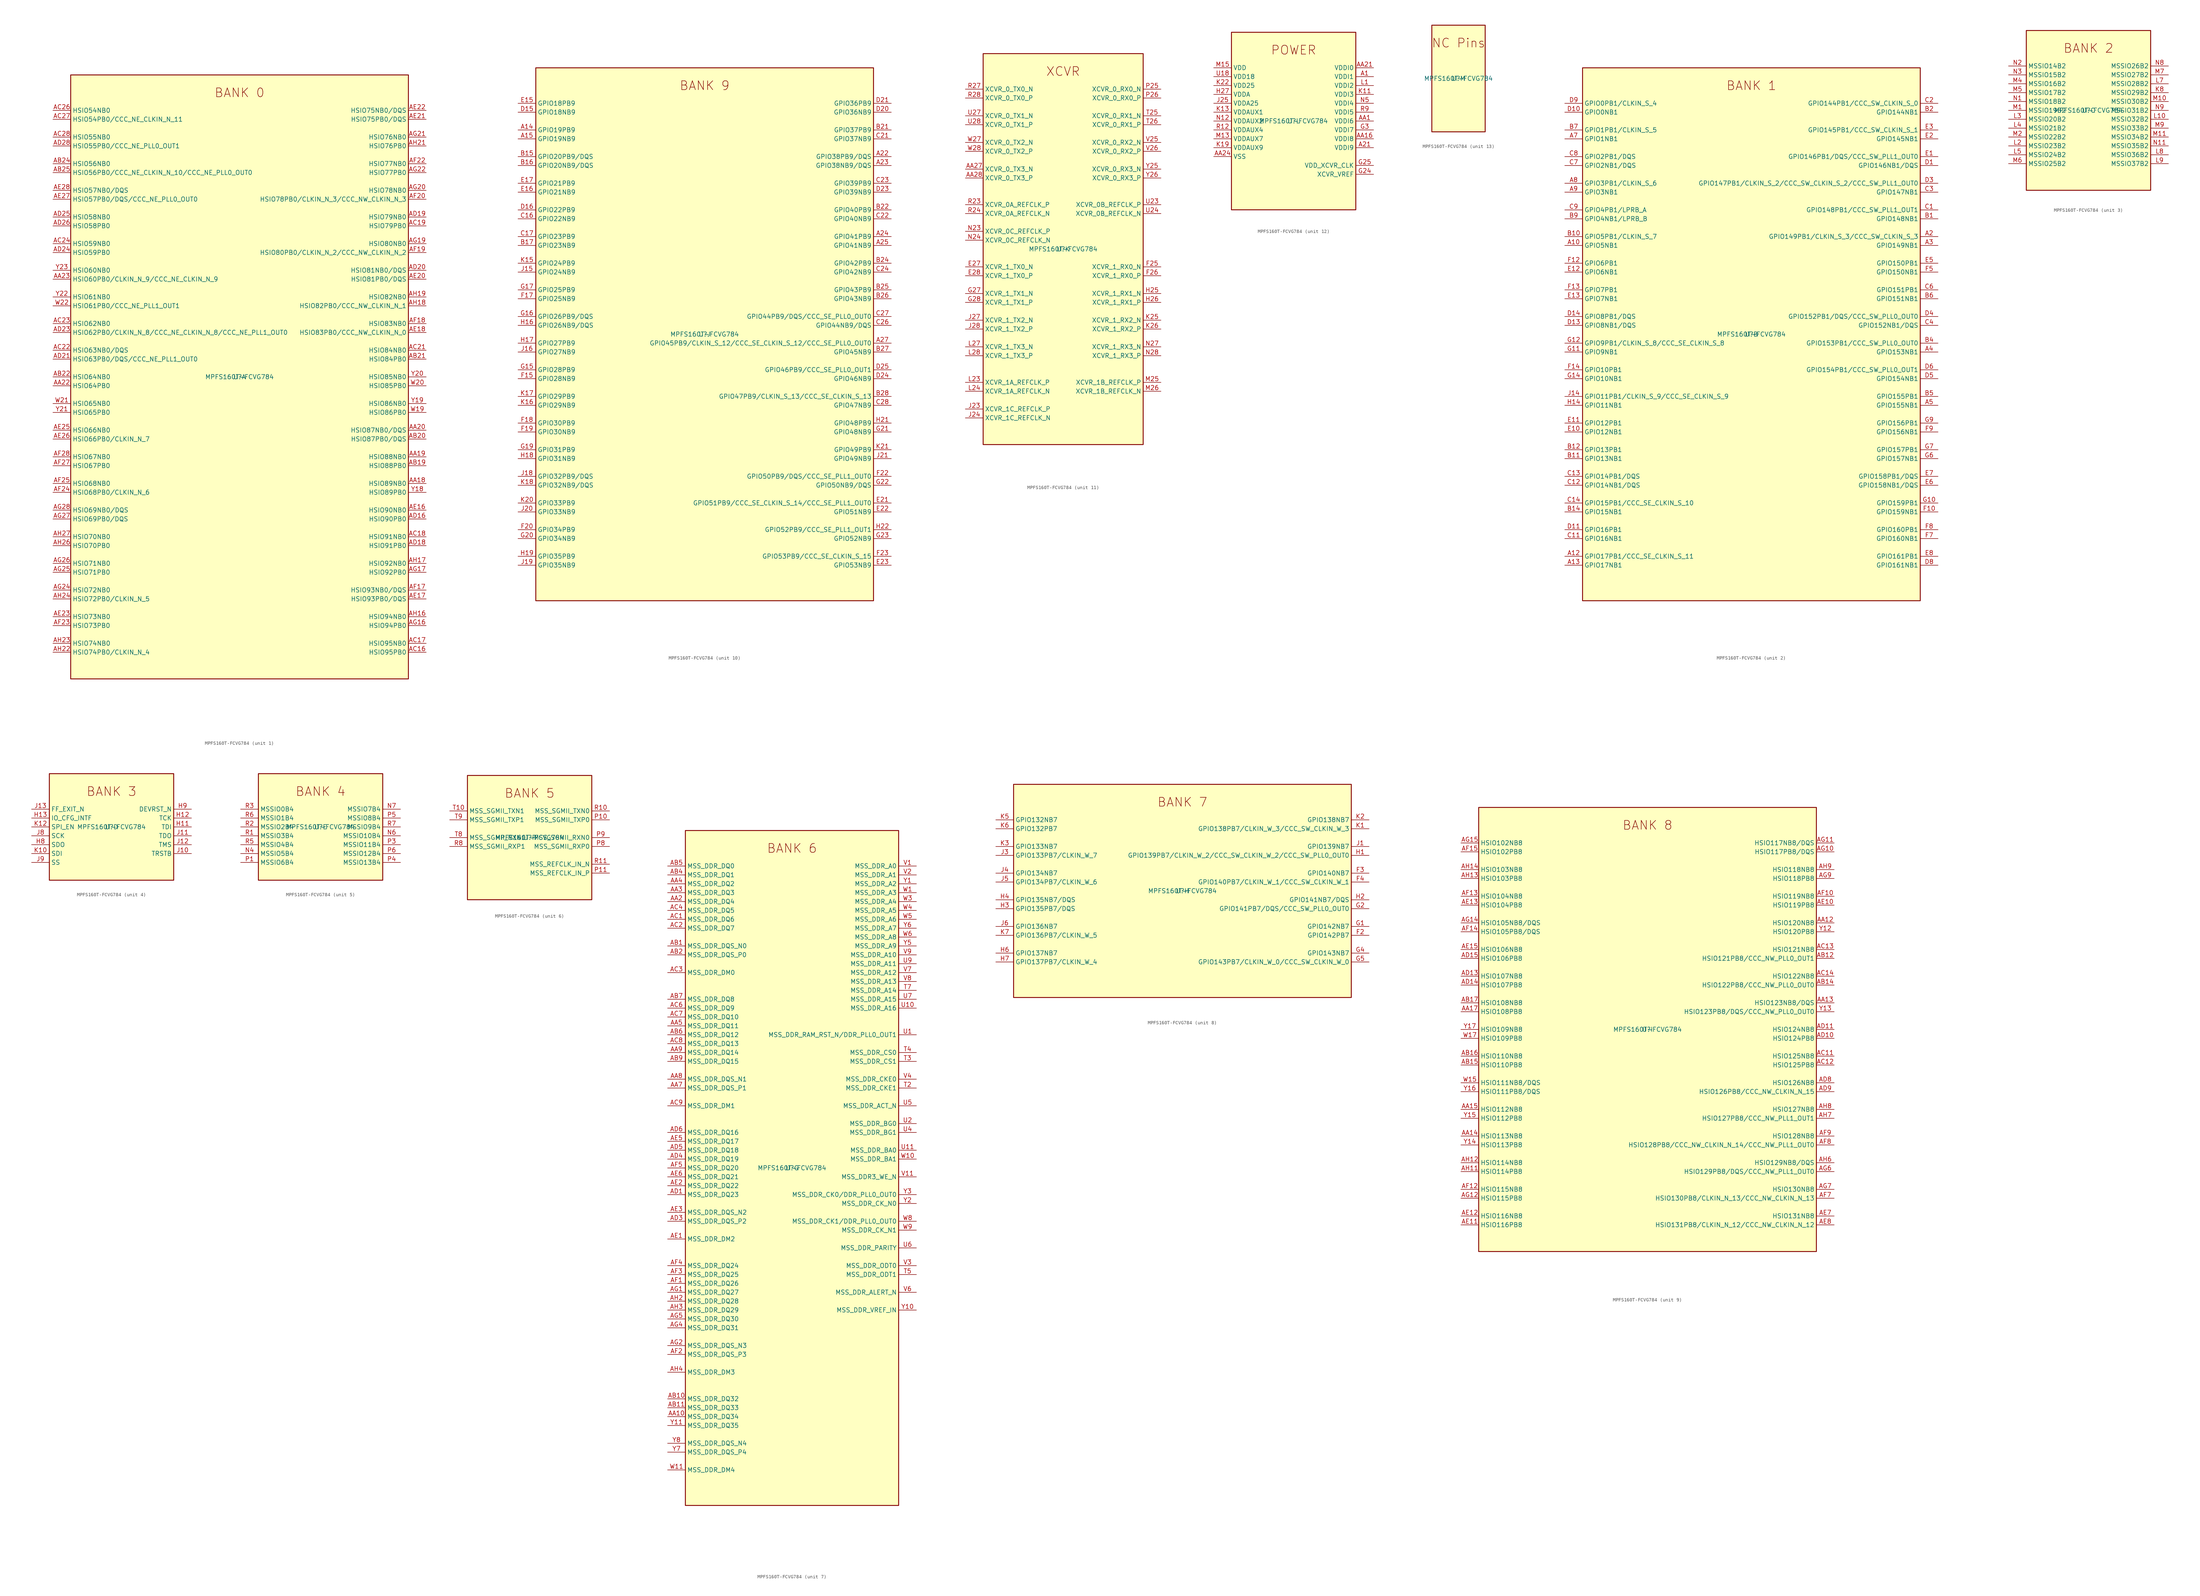
<source format=kicad_sym>
(kicad_symbol_lib
  (version 20211014)
  (generator kicad-library-utils)
  (symbol "MPFS160T-FCVG784"
    (property "Reference" "U"
      (at 0.0 0.0 0.0)
      (effects (font (size 1.27 1.27))))
    (property "Value" "MPFS160T-FCVG784"
      (at 0.0 0.0 0.0)
      (effects (font (size 1.27 1.27))))
    (property "ki_fp_filters" "Package?BGA:FCVG784?23x23mm?Layout28x28?P0.8mm*"
      (at 0.0 0.0 0.0)
      (effects (font (size 1.27 1.27))))
    (symbol "MPFS160T-FCVG784_1_1"
      (text "BANK 0" (at 0.0 81.28 0) (effects (font (size 2.54 2.54))))
      (rectangle (start -48.26 -86.36) (end 48.26 86.36) (stroke (width 0.254)) (fill (type background)))
      (pin bidirectional line (at -53.34 76.2 0) (length 5.08) (name "HSIO54NB0" (effects (font (size 1.27 1.27)))) (number "AC26" (effects (font (size 1.27 1.27)))))
      (pin bidirectional line (at -53.34 73.66 0) (length 5.08) (name "HSIO54PB0/CCC_NE_CLKIN_N_11" (effects (font (size 1.27 1.27)))) (number "AC27" (effects (font (size 1.27 1.27)))))
      (pin bidirectional line (at -53.34 68.58 0) (length 5.08) (name "HSIO55NB0" (effects (font (size 1.27 1.27)))) (number "AC28" (effects (font (size 1.27 1.27)))))
      (pin bidirectional line (at -53.34 66.04 0) (length 5.08) (name "HSIO55PB0/CCC_NE_PLL0_OUT1" (effects (font (size 1.27 1.27)))) (number "AD28" (effects (font (size 1.27 1.27)))))
      (pin bidirectional line (at -53.34 60.96 0) (length 5.08) (name "HSIO56NB0" (effects (font (size 1.27 1.27)))) (number "AB24" (effects (font (size 1.27 1.27)))))
      (pin bidirectional line (at -53.34 58.42 0) (length 5.08) (name "HSIO56PB0/CCC_NE_CLKIN_N_10/CCC_NE_PLL0_OUT0" (effects (font (size 1.27 1.27)))) (number "AB25" (effects (font (size 1.27 1.27)))))
      (pin bidirectional line (at -53.34 53.34 0) (length 5.08) (name "HSIO57NB0/DQS" (effects (font (size 1.27 1.27)))) (number "AE28" (effects (font (size 1.27 1.27)))))
      (pin bidirectional line (at -53.34 50.8 0) (length 5.08) (name "HSIO57PB0/DQS/CCC_NE_PLL0_OUT0" (effects (font (size 1.27 1.27)))) (number "AE27" (effects (font (size 1.27 1.27)))))
      (pin bidirectional line (at -53.34 45.72 0) (length 5.08) (name "HSIO58NB0" (effects (font (size 1.27 1.27)))) (number "AD25" (effects (font (size 1.27 1.27)))))
      (pin bidirectional line (at -53.34 43.18 0) (length 5.08) (name "HSIO58PB0" (effects (font (size 1.27 1.27)))) (number "AD26" (effects (font (size 1.27 1.27)))))
      (pin bidirectional line (at -53.34 38.1 0) (length 5.08) (name "HSIO59NB0" (effects (font (size 1.27 1.27)))) (number "AC24" (effects (font (size 1.27 1.27)))))
      (pin bidirectional line (at -53.34 35.56 0) (length 5.08) (name "HSIO59PB0" (effects (font (size 1.27 1.27)))) (number "AD24" (effects (font (size 1.27 1.27)))))
      (pin bidirectional line (at -53.34 30.48 0) (length 5.08) (name "HSIO60NB0" (effects (font (size 1.27 1.27)))) (number "Y23" (effects (font (size 1.27 1.27)))))
      (pin bidirectional line (at -53.34 27.94 0) (length 5.08) (name "HSIO60PB0/CLKIN_N_9/CCC_NE_CLKIN_N_9" (effects (font (size 1.27 1.27)))) (number "AA23" (effects (font (size 1.27 1.27)))))
      (pin bidirectional line (at -53.34 22.86 0) (length 5.08) (name "HSIO61NB0" (effects (font (size 1.27 1.27)))) (number "Y22" (effects (font (size 1.27 1.27)))))
      (pin bidirectional line (at -53.34 20.32 0) (length 5.08) (name "HSIO61PB0/CCC_NE_PLL1_OUT1" (effects (font (size 1.27 1.27)))) (number "W22" (effects (font (size 1.27 1.27)))))
      (pin bidirectional line (at -53.34 15.24 0) (length 5.08) (name "HSIO62NB0" (effects (font (size 1.27 1.27)))) (number "AC23" (effects (font (size 1.27 1.27)))))
      (pin bidirectional line (at -53.34 12.7 0) (length 5.08) (name "HSIO62PB0/CLKIN_N_8/CCC_NE_CLKIN_N_8/CCC_NE_PLL1_OUT0" (effects (font (size 1.27 1.27)))) (number "AD23" (effects (font (size 1.27 1.27)))))
      (pin bidirectional line (at -53.34 7.62 0) (length 5.08) (name "HSIO63NB0/DQS" (effects (font (size 1.27 1.27)))) (number "AC22" (effects (font (size 1.27 1.27)))))
      (pin bidirectional line (at -53.34 5.08 0) (length 5.08) (name "HSIO63PB0/DQS/CCC_NE_PLL1_OUT0" (effects (font (size 1.27 1.27)))) (number "AD21" (effects (font (size 1.27 1.27)))))
      (pin bidirectional line (at -53.34 0.0 0) (length 5.08) (name "HSIO64NB0" (effects (font (size 1.27 1.27)))) (number "AB22" (effects (font (size 1.27 1.27)))))
      (pin bidirectional line (at -53.34 -2.54 0) (length 5.08) (name "HSIO64PB0" (effects (font (size 1.27 1.27)))) (number "AA22" (effects (font (size 1.27 1.27)))))
      (pin bidirectional line (at -53.34 -7.62 0) (length 5.08) (name "HSIO65NB0" (effects (font (size 1.27 1.27)))) (number "W21" (effects (font (size 1.27 1.27)))))
      (pin bidirectional line (at -53.34 -10.16 0) (length 5.08) (name "HSIO65PB0" (effects (font (size 1.27 1.27)))) (number "Y21" (effects (font (size 1.27 1.27)))))
      (pin bidirectional line (at -53.34 -15.24 0) (length 5.08) (name "HSIO66NB0" (effects (font (size 1.27 1.27)))) (number "AE25" (effects (font (size 1.27 1.27)))))
      (pin bidirectional line (at -53.34 -17.78 0) (length 5.08) (name "HSIO66PB0/CLKIN_N_7" (effects (font (size 1.27 1.27)))) (number "AE26" (effects (font (size 1.27 1.27)))))
      (pin bidirectional line (at -53.34 -22.86 0) (length 5.08) (name "HSIO67NB0" (effects (font (size 1.27 1.27)))) (number "AF28" (effects (font (size 1.27 1.27)))))
      (pin bidirectional line (at -53.34 -25.4 0) (length 5.08) (name "HSIO67PB0" (effects (font (size 1.27 1.27)))) (number "AF27" (effects (font (size 1.27 1.27)))))
      (pin bidirectional line (at -53.34 -30.48 0) (length 5.08) (name "HSIO68NB0" (effects (font (size 1.27 1.27)))) (number "AF25" (effects (font (size 1.27 1.27)))))
      (pin bidirectional line (at -53.34 -33.02 0) (length 5.08) (name "HSIO68PB0/CLKIN_N_6" (effects (font (size 1.27 1.27)))) (number "AF24" (effects (font (size 1.27 1.27)))))
      (pin bidirectional line (at -53.34 -38.1 0) (length 5.08) (name "HSIO69NB0/DQS" (effects (font (size 1.27 1.27)))) (number "AG28" (effects (font (size 1.27 1.27)))))
      (pin bidirectional line (at -53.34 -40.64 0) (length 5.08) (name "HSIO69PB0/DQS" (effects (font (size 1.27 1.27)))) (number "AG27" (effects (font (size 1.27 1.27)))))
      (pin bidirectional line (at -53.34 -45.72 0) (length 5.08) (name "HSIO70NB0" (effects (font (size 1.27 1.27)))) (number "AH27" (effects (font (size 1.27 1.27)))))
      (pin bidirectional line (at -53.34 -48.26 0) (length 5.08) (name "HSIO70PB0" (effects (font (size 1.27 1.27)))) (number "AH26" (effects (font (size 1.27 1.27)))))
      (pin bidirectional line (at -53.34 -53.34 0) (length 5.08) (name "HSIO71NB0" (effects (font (size 1.27 1.27)))) (number "AG26" (effects (font (size 1.27 1.27)))))
      (pin bidirectional line (at -53.34 -55.88 0) (length 5.08) (name "HSIO71PB0" (effects (font (size 1.27 1.27)))) (number "AG25" (effects (font (size 1.27 1.27)))))
      (pin bidirectional line (at -53.34 -60.96 0) (length 5.08) (name "HSIO72NB0" (effects (font (size 1.27 1.27)))) (number "AG24" (effects (font (size 1.27 1.27)))))
      (pin bidirectional line (at -53.34 -63.5 0) (length 5.08) (name "HSIO72PB0/CLKIN_N_5" (effects (font (size 1.27 1.27)))) (number "AH24" (effects (font (size 1.27 1.27)))))
      (pin bidirectional line (at -53.34 -68.58 0) (length 5.08) (name "HSIO73NB0" (effects (font (size 1.27 1.27)))) (number "AE23" (effects (font (size 1.27 1.27)))))
      (pin bidirectional line (at -53.34 -71.12 0) (length 5.08) (name "HSIO73PB0" (effects (font (size 1.27 1.27)))) (number "AF23" (effects (font (size 1.27 1.27)))))
      (pin bidirectional line (at -53.34 -76.2 0) (length 5.08) (name "HSIO74NB0" (effects (font (size 1.27 1.27)))) (number "AH23" (effects (font (size 1.27 1.27)))))
      (pin bidirectional line (at -53.34 -78.74 0) (length 5.08) (name "HSIO74PB0/CLKIN_N_4" (effects (font (size 1.27 1.27)))) (number "AH22" (effects (font (size 1.27 1.27)))))
      (pin bidirectional line (at 53.34 76.2 180) (length 5.08) (name "HSIO75NB0/DQS" (effects (font (size 1.27 1.27)))) (number "AE22" (effects (font (size 1.27 1.27)))))
      (pin bidirectional line (at 53.34 73.66 180) (length 5.08) (name "HSIO75PB0/DQS" (effects (font (size 1.27 1.27)))) (number "AE21" (effects (font (size 1.27 1.27)))))
      (pin bidirectional line (at 53.34 68.58 180) (length 5.08) (name "HSIO76NB0" (effects (font (size 1.27 1.27)))) (number "AG21" (effects (font (size 1.27 1.27)))))
      (pin bidirectional line (at 53.34 66.04 180) (length 5.08) (name "HSIO76PB0" (effects (font (size 1.27 1.27)))) (number "AH21" (effects (font (size 1.27 1.27)))))
      (pin bidirectional line (at 53.34 60.96 180) (length 5.08) (name "HSIO77NB0" (effects (font (size 1.27 1.27)))) (number "AF22" (effects (font (size 1.27 1.27)))))
      (pin bidirectional line (at 53.34 58.42 180) (length 5.08) (name "HSIO77PB0" (effects (font (size 1.27 1.27)))) (number "AG22" (effects (font (size 1.27 1.27)))))
      (pin bidirectional line (at 53.34 53.34 180) (length 5.08) (name "HSIO78NB0" (effects (font (size 1.27 1.27)))) (number "AG20" (effects (font (size 1.27 1.27)))))
      (pin bidirectional line (at 53.34 50.8 180) (length 5.08) (name "HSIO78PB0/CLKIN_N_3/CCC_NW_CLKIN_N_3" (effects (font (size 1.27 1.27)))) (number "AF20" (effects (font (size 1.27 1.27)))))
      (pin bidirectional line (at 53.34 45.72 180) (length 5.08) (name "HSIO79NB0" (effects (font (size 1.27 1.27)))) (number "AD19" (effects (font (size 1.27 1.27)))))
      (pin bidirectional line (at 53.34 43.18 180) (length 5.08) (name "HSIO79PB0" (effects (font (size 1.27 1.27)))) (number "AC19" (effects (font (size 1.27 1.27)))))
      (pin bidirectional line (at 53.34 38.1 180) (length 5.08) (name "HSIO80NB0" (effects (font (size 1.27 1.27)))) (number "AG19" (effects (font (size 1.27 1.27)))))
      (pin bidirectional line (at 53.34 35.56 180) (length 5.08) (name "HSIO80PB0/CLKIN_N_2/CCC_NW_CLKIN_N_2" (effects (font (size 1.27 1.27)))) (number "AF19" (effects (font (size 1.27 1.27)))))
      (pin bidirectional line (at 53.34 30.48 180) (length 5.08) (name "HSIO81NB0/DQS" (effects (font (size 1.27 1.27)))) (number "AD20" (effects (font (size 1.27 1.27)))))
      (pin bidirectional line (at 53.34 27.94 180) (length 5.08) (name "HSIO81PB0/DQS" (effects (font (size 1.27 1.27)))) (number "AE20" (effects (font (size 1.27 1.27)))))
      (pin bidirectional line (at 53.34 22.86 180) (length 5.08) (name "HSIO82NB0" (effects (font (size 1.27 1.27)))) (number "AH19" (effects (font (size 1.27 1.27)))))
      (pin bidirectional line (at 53.34 20.32 180) (length 5.08) (name "HSIO82PB0/CCC_NW_CLKIN_N_1" (effects (font (size 1.27 1.27)))) (number "AH18" (effects (font (size 1.27 1.27)))))
      (pin bidirectional line (at 53.34 15.24 180) (length 5.08) (name "HSIO83NB0" (effects (font (size 1.27 1.27)))) (number "AF18" (effects (font (size 1.27 1.27)))))
      (pin bidirectional line (at 53.34 12.7 180) (length 5.08) (name "HSIO83PB0/CCC_NW_CLKIN_N_0" (effects (font (size 1.27 1.27)))) (number "AE18" (effects (font (size 1.27 1.27)))))
      (pin bidirectional line (at 53.34 7.62 180) (length 5.08) (name "HSIO84NB0" (effects (font (size 1.27 1.27)))) (number "AC21" (effects (font (size 1.27 1.27)))))
      (pin bidirectional line (at 53.34 5.08 180) (length 5.08) (name "HSIO84PB0" (effects (font (size 1.27 1.27)))) (number "AB21" (effects (font (size 1.27 1.27)))))
      (pin bidirectional line (at 53.34 0.0 180) (length 5.08) (name "HSIO85NB0" (effects (font (size 1.27 1.27)))) (number "Y20" (effects (font (size 1.27 1.27)))))
      (pin bidirectional line (at 53.34 -2.54 180) (length 5.08) (name "HSIO85PB0" (effects (font (size 1.27 1.27)))) (number "W20" (effects (font (size 1.27 1.27)))))
      (pin bidirectional line (at 53.34 -7.62 180) (length 5.08) (name "HSIO86NB0" (effects (font (size 1.27 1.27)))) (number "Y19" (effects (font (size 1.27 1.27)))))
      (pin bidirectional line (at 53.34 -10.16 180) (length 5.08) (name "HSIO86PB0" (effects (font (size 1.27 1.27)))) (number "W19" (effects (font (size 1.27 1.27)))))
      (pin bidirectional line (at 53.34 -15.24 180) (length 5.08) (name "HSIO87NB0/DQS" (effects (font (size 1.27 1.27)))) (number "AA20" (effects (font (size 1.27 1.27)))))
      (pin bidirectional line (at 53.34 -17.78 180) (length 5.08) (name "HSIO87PB0/DQS" (effects (font (size 1.27 1.27)))) (number "AB20" (effects (font (size 1.27 1.27)))))
      (pin bidirectional line (at 53.34 -22.86 180) (length 5.08) (name "HSIO88NB0" (effects (font (size 1.27 1.27)))) (number "AA19" (effects (font (size 1.27 1.27)))))
      (pin bidirectional line (at 53.34 -25.4 180) (length 5.08) (name "HSIO88PB0" (effects (font (size 1.27 1.27)))) (number "AB19" (effects (font (size 1.27 1.27)))))
      (pin bidirectional line (at 53.34 -30.48 180) (length 5.08) (name "HSIO89NB0" (effects (font (size 1.27 1.27)))) (number "AA18" (effects (font (size 1.27 1.27)))))
      (pin bidirectional line (at 53.34 -33.02 180) (length 5.08) (name "HSIO89PB0" (effects (font (size 1.27 1.27)))) (number "Y18" (effects (font (size 1.27 1.27)))))
      (pin bidirectional line (at 53.34 -38.1 180) (length 5.08) (name "HSIO90NB0" (effects (font (size 1.27 1.27)))) (number "AE16" (effects (font (size 1.27 1.27)))))
      (pin bidirectional line (at 53.34 -40.64 180) (length 5.08) (name "HSIO90PB0" (effects (font (size 1.27 1.27)))) (number "AD16" (effects (font (size 1.27 1.27)))))
      (pin bidirectional line (at 53.34 -45.72 180) (length 5.08) (name "HSIO91NB0" (effects (font (size 1.27 1.27)))) (number "AC18" (effects (font (size 1.27 1.27)))))
      (pin bidirectional line (at 53.34 -48.26 180) (length 5.08) (name "HSIO91PB0" (effects (font (size 1.27 1.27)))) (number "AD18" (effects (font (size 1.27 1.27)))))
      (pin bidirectional line (at 53.34 -53.34 180) (length 5.08) (name "HSIO92NB0" (effects (font (size 1.27 1.27)))) (number "AH17" (effects (font (size 1.27 1.27)))))
      (pin bidirectional line (at 53.34 -55.88 180) (length 5.08) (name "HSIO92PB0" (effects (font (size 1.27 1.27)))) (number "AG17" (effects (font (size 1.27 1.27)))))
      (pin bidirectional line (at 53.34 -60.96 180) (length 5.08) (name "HSIO93NB0/DQS" (effects (font (size 1.27 1.27)))) (number "AF17" (effects (font (size 1.27 1.27)))))
      (pin bidirectional line (at 53.34 -63.5 180) (length 5.08) (name "HSIO93PB0/DQS" (effects (font (size 1.27 1.27)))) (number "AE17" (effects (font (size 1.27 1.27)))))
      (pin bidirectional line (at 53.34 -68.58 180) (length 5.08) (name "HSIO94NB0" (effects (font (size 1.27 1.27)))) (number "AH16" (effects (font (size 1.27 1.27)))))
      (pin bidirectional line (at 53.34 -71.12 180) (length 5.08) (name "HSIO94PB0" (effects (font (size 1.27 1.27)))) (number "AG16" (effects (font (size 1.27 1.27)))))
      (pin bidirectional line (at 53.34 -76.2 180) (length 5.08) (name "HSIO95NB0" (effects (font (size 1.27 1.27)))) (number "AC17" (effects (font (size 1.27 1.27)))))
      (pin bidirectional line (at 53.34 -78.74 180) (length 5.08) (name "HSIO95PB0" (effects (font (size 1.27 1.27)))) (number "AC16" (effects (font (size 1.27 1.27))))))
    (symbol "MPFS160T-FCVG784_2_1"
      (text "BANK 1" (at 0.0 71.12 0) (effects (font (size 2.54 2.54))))
      (rectangle (start -48.26 -76.2) (end 48.26 76.2) (stroke (width 0.254)) (fill (type background)))
      (pin bidirectional line (at -53.34 66.04 0) (length 5.08) (name "GPIO0PB1/CLKIN_S_4" (effects (font (size 1.27 1.27)))) (number "D9" (effects (font (size 1.27 1.27)))))
      (pin bidirectional line (at -53.34 63.5 0) (length 5.08) (name "GPIO0NB1" (effects (font (size 1.27 1.27)))) (number "D10" (effects (font (size 1.27 1.27)))))
      (pin bidirectional line (at -53.34 58.42 0) (length 5.08) (name "GPIO1PB1/CLKIN_S_5" (effects (font (size 1.27 1.27)))) (number "B7" (effects (font (size 1.27 1.27)))))
      (pin bidirectional line (at -53.34 55.88 0) (length 5.08) (name "GPIO1NB1" (effects (font (size 1.27 1.27)))) (number "A7" (effects (font (size 1.27 1.27)))))
      (pin bidirectional line (at -53.34 50.8 0) (length 5.08) (name "GPIO2PB1/DQS" (effects (font (size 1.27 1.27)))) (number "C8" (effects (font (size 1.27 1.27)))))
      (pin bidirectional line (at -53.34 48.26 0) (length 5.08) (name "GPIO2NB1/DQS" (effects (font (size 1.27 1.27)))) (number "C7" (effects (font (size 1.27 1.27)))))
      (pin bidirectional line (at -53.34 43.18 0) (length 5.08) (name "GPIO3PB1/CLKIN_S_6" (effects (font (size 1.27 1.27)))) (number "A8" (effects (font (size 1.27 1.27)))))
      (pin bidirectional line (at -53.34 40.64 0) (length 5.08) (name "GPIO3NB1" (effects (font (size 1.27 1.27)))) (number "A9" (effects (font (size 1.27 1.27)))))
      (pin bidirectional line (at -53.34 35.56 0) (length 5.08) (name "GPIO4PB1/LPRB_A" (effects (font (size 1.27 1.27)))) (number "C9" (effects (font (size 1.27 1.27)))))
      (pin bidirectional line (at -53.34 33.02 0) (length 5.08) (name "GPIO4NB1/LPRB_B" (effects (font (size 1.27 1.27)))) (number "B9" (effects (font (size 1.27 1.27)))))
      (pin bidirectional line (at -53.34 27.94 0) (length 5.08) (name "GPIO5PB1/CLKIN_S_7" (effects (font (size 1.27 1.27)))) (number "B10" (effects (font (size 1.27 1.27)))))
      (pin bidirectional line (at -53.34 25.4 0) (length 5.08) (name "GPIO5NB1" (effects (font (size 1.27 1.27)))) (number "A10" (effects (font (size 1.27 1.27)))))
      (pin bidirectional line (at -53.34 20.32 0) (length 5.08) (name "GPIO6PB1" (effects (font (size 1.27 1.27)))) (number "F12" (effects (font (size 1.27 1.27)))))
      (pin bidirectional line (at -53.34 17.78 0) (length 5.08) (name "GPIO6NB1" (effects (font (size 1.27 1.27)))) (number "E12" (effects (font (size 1.27 1.27)))))
      (pin bidirectional line (at -53.34 12.7 0) (length 5.08) (name "GPIO7PB1" (effects (font (size 1.27 1.27)))) (number "F13" (effects (font (size 1.27 1.27)))))
      (pin bidirectional line (at -53.34 10.16 0) (length 5.08) (name "GPIO7NB1" (effects (font (size 1.27 1.27)))) (number "E13" (effects (font (size 1.27 1.27)))))
      (pin bidirectional line (at -53.34 5.08 0) (length 5.08) (name "GPIO8PB1/DQS" (effects (font (size 1.27 1.27)))) (number "D14" (effects (font (size 1.27 1.27)))))
      (pin bidirectional line (at -53.34 2.54 0) (length 5.08) (name "GPIO8NB1/DQS" (effects (font (size 1.27 1.27)))) (number "D13" (effects (font (size 1.27 1.27)))))
      (pin bidirectional line (at -53.34 -2.54 0) (length 5.08) (name "GPIO9PB1/CLKIN_S_8/CCC_SE_CLKIN_S_8" (effects (font (size 1.27 1.27)))) (number "G12" (effects (font (size 1.27 1.27)))))
      (pin bidirectional line (at -53.34 -5.08 0) (length 5.08) (name "GPIO9NB1" (effects (font (size 1.27 1.27)))) (number "G11" (effects (font (size 1.27 1.27)))))
      (pin bidirectional line (at -53.34 -10.16 0) (length 5.08) (name "GPIO10PB1" (effects (font (size 1.27 1.27)))) (number "F14" (effects (font (size 1.27 1.27)))))
      (pin bidirectional line (at -53.34 -12.7 0) (length 5.08) (name "GPIO10NB1" (effects (font (size 1.27 1.27)))) (number "G14" (effects (font (size 1.27 1.27)))))
      (pin bidirectional line (at -53.34 -17.78 0) (length 5.08) (name "GPIO11PB1/CLKIN_S_9/CCC_SE_CLKIN_S_9" (effects (font (size 1.27 1.27)))) (number "J14" (effects (font (size 1.27 1.27)))))
      (pin bidirectional line (at -53.34 -20.32 0) (length 5.08) (name "GPIO11NB1" (effects (font (size 1.27 1.27)))) (number "H14" (effects (font (size 1.27 1.27)))))
      (pin bidirectional line (at -53.34 -25.4 0) (length 5.08) (name "GPIO12PB1" (effects (font (size 1.27 1.27)))) (number "E11" (effects (font (size 1.27 1.27)))))
      (pin bidirectional line (at -53.34 -27.94 0) (length 5.08) (name "GPIO12NB1" (effects (font (size 1.27 1.27)))) (number "E10" (effects (font (size 1.27 1.27)))))
      (pin bidirectional line (at -53.34 -33.02 0) (length 5.08) (name "GPIO13PB1" (effects (font (size 1.27 1.27)))) (number "B12" (effects (font (size 1.27 1.27)))))
      (pin bidirectional line (at -53.34 -35.56 0) (length 5.08) (name "GPIO13NB1" (effects (font (size 1.27 1.27)))) (number "B11" (effects (font (size 1.27 1.27)))))
      (pin bidirectional line (at -53.34 -40.64 0) (length 5.08) (name "GPIO14PB1/DQS" (effects (font (size 1.27 1.27)))) (number "C13" (effects (font (size 1.27 1.27)))))
      (pin bidirectional line (at -53.34 -43.18 0) (length 5.08) (name "GPIO14NB1/DQS" (effects (font (size 1.27 1.27)))) (number "C12" (effects (font (size 1.27 1.27)))))
      (pin bidirectional line (at -53.34 -48.26 0) (length 5.08) (name "GPIO15PB1/CCC_SE_CLKIN_S_10" (effects (font (size 1.27 1.27)))) (number "C14" (effects (font (size 1.27 1.27)))))
      (pin bidirectional line (at -53.34 -50.8 0) (length 5.08) (name "GPIO15NB1" (effects (font (size 1.27 1.27)))) (number "B14" (effects (font (size 1.27 1.27)))))
      (pin bidirectional line (at -53.34 -55.88 0) (length 5.08) (name "GPIO16PB1" (effects (font (size 1.27 1.27)))) (number "D11" (effects (font (size 1.27 1.27)))))
      (pin bidirectional line (at -53.34 -58.42 0) (length 5.08) (name "GPIO16NB1" (effects (font (size 1.27 1.27)))) (number "C11" (effects (font (size 1.27 1.27)))))
      (pin bidirectional line (at -53.34 -63.5 0) (length 5.08) (name "GPIO17PB1/CCC_SE_CLKIN_S_11" (effects (font (size 1.27 1.27)))) (number "A12" (effects (font (size 1.27 1.27)))))
      (pin bidirectional line (at -53.34 -66.04 0) (length 5.08) (name "GPIO17NB1" (effects (font (size 1.27 1.27)))) (number "A13" (effects (font (size 1.27 1.27)))))
      (pin bidirectional line (at 53.34 66.04 180) (length 5.08) (name "GPIO144PB1/CCC_SW_CLKIN_S_0" (effects (font (size 1.27 1.27)))) (number "C2" (effects (font (size 1.27 1.27)))))
      (pin bidirectional line (at 53.34 63.5 180) (length 5.08) (name "GPIO144NB1" (effects (font (size 1.27 1.27)))) (number "B2" (effects (font (size 1.27 1.27)))))
      (pin bidirectional line (at 53.34 58.42 180) (length 5.08) (name "GPIO145PB1/CCC_SW_CLKIN_S_1" (effects (font (size 1.27 1.27)))) (number "E3" (effects (font (size 1.27 1.27)))))
      (pin bidirectional line (at 53.34 55.88 180) (length 5.08) (name "GPIO145NB1" (effects (font (size 1.27 1.27)))) (number "E2" (effects (font (size 1.27 1.27)))))
      (pin bidirectional line (at 53.34 50.8 180) (length 5.08) (name "GPIO146PB1/DQS/CCC_SW_PLL1_OUT0" (effects (font (size 1.27 1.27)))) (number "E1" (effects (font (size 1.27 1.27)))))
      (pin bidirectional line (at 53.34 48.26 180) (length 5.08) (name "GPIO146NB1/DQS" (effects (font (size 1.27 1.27)))) (number "D1" (effects (font (size 1.27 1.27)))))
      (pin bidirectional line (at 53.34 43.18 180) (length 5.08) (name "GPIO147PB1/CLKIN_S_2/CCC_SW_CLKIN_S_2/CCC_SW_PLL1_OUT0" (effects (font (size 1.27 1.27)))) (number "D3" (effects (font (size 1.27 1.27)))))
      (pin bidirectional line (at 53.34 40.64 180) (length 5.08) (name "GPIO147NB1" (effects (font (size 1.27 1.27)))) (number "C3" (effects (font (size 1.27 1.27)))))
      (pin bidirectional line (at 53.34 35.56 180) (length 5.08) (name "GPIO148PB1/CCC_SW_PLL1_OUT1" (effects (font (size 1.27 1.27)))) (number "C1" (effects (font (size 1.27 1.27)))))
      (pin bidirectional line (at 53.34 33.02 180) (length 5.08) (name "GPIO148NB1" (effects (font (size 1.27 1.27)))) (number "B1" (effects (font (size 1.27 1.27)))))
      (pin bidirectional line (at 53.34 27.94 180) (length 5.08) (name "GPIO149PB1/CLKIN_S_3/CCC_SW_CLKIN_S_3" (effects (font (size 1.27 1.27)))) (number "A2" (effects (font (size 1.27 1.27)))))
      (pin bidirectional line (at 53.34 25.4 180) (length 5.08) (name "GPIO149NB1" (effects (font (size 1.27 1.27)))) (number "A3" (effects (font (size 1.27 1.27)))))
      (pin bidirectional line (at 53.34 20.32 180) (length 5.08) (name "GPIO150PB1" (effects (font (size 1.27 1.27)))) (number "E5" (effects (font (size 1.27 1.27)))))
      (pin bidirectional line (at 53.34 17.78 180) (length 5.08) (name "GPIO150NB1" (effects (font (size 1.27 1.27)))) (number "F5" (effects (font (size 1.27 1.27)))))
      (pin bidirectional line (at 53.34 12.7 180) (length 5.08) (name "GPIO151PB1" (effects (font (size 1.27 1.27)))) (number "C6" (effects (font (size 1.27 1.27)))))
      (pin bidirectional line (at 53.34 10.16 180) (length 5.08) (name "GPIO151NB1" (effects (font (size 1.27 1.27)))) (number "B6" (effects (font (size 1.27 1.27)))))
      (pin bidirectional line (at 53.34 5.08 180) (length 5.08) (name "GPIO152PB1/DQS/CCC_SW_PLL0_OUT0" (effects (font (size 1.27 1.27)))) (number "D4" (effects (font (size 1.27 1.27)))))
      (pin bidirectional line (at 53.34 2.54 180) (length 5.08) (name "GPIO152NB1/DQS" (effects (font (size 1.27 1.27)))) (number "C4" (effects (font (size 1.27 1.27)))))
      (pin bidirectional line (at 53.34 -2.54 180) (length 5.08) (name "GPIO153PB1/CCC_SW_PLL0_OUT0" (effects (font (size 1.27 1.27)))) (number "B4" (effects (font (size 1.27 1.27)))))
      (pin bidirectional line (at 53.34 -5.08 180) (length 5.08) (name "GPIO153NB1" (effects (font (size 1.27 1.27)))) (number "A4" (effects (font (size 1.27 1.27)))))
      (pin bidirectional line (at 53.34 -10.16 180) (length 5.08) (name "GPIO154PB1/CCC_SW_PLL0_OUT1" (effects (font (size 1.27 1.27)))) (number "D6" (effects (font (size 1.27 1.27)))))
      (pin bidirectional line (at 53.34 -12.7 180) (length 5.08) (name "GPIO154NB1" (effects (font (size 1.27 1.27)))) (number "D5" (effects (font (size 1.27 1.27)))))
      (pin bidirectional line (at 53.34 -17.78 180) (length 5.08) (name "GPIO155PB1" (effects (font (size 1.27 1.27)))) (number "B5" (effects (font (size 1.27 1.27)))))
      (pin bidirectional line (at 53.34 -20.32 180) (length 5.08) (name "GPIO155NB1" (effects (font (size 1.27 1.27)))) (number "A5" (effects (font (size 1.27 1.27)))))
      (pin bidirectional line (at 53.34 -25.4 180) (length 5.08) (name "GPIO156PB1" (effects (font (size 1.27 1.27)))) (number "G9" (effects (font (size 1.27 1.27)))))
      (pin bidirectional line (at 53.34 -27.94 180) (length 5.08) (name "GPIO156NB1" (effects (font (size 1.27 1.27)))) (number "F9" (effects (font (size 1.27 1.27)))))
      (pin bidirectional line (at 53.34 -33.02 180) (length 5.08) (name "GPIO157PB1" (effects (font (size 1.27 1.27)))) (number "G7" (effects (font (size 1.27 1.27)))))
      (pin bidirectional line (at 53.34 -35.56 180) (length 5.08) (name "GPIO157NB1" (effects (font (size 1.27 1.27)))) (number "G6" (effects (font (size 1.27 1.27)))))
      (pin bidirectional line (at 53.34 -40.64 180) (length 5.08) (name "GPIO158PB1/DQS" (effects (font (size 1.27 1.27)))) (number "E7" (effects (font (size 1.27 1.27)))))
      (pin bidirectional line (at 53.34 -43.18 180) (length 5.08) (name "GPIO158NB1/DQS" (effects (font (size 1.27 1.27)))) (number "E6" (effects (font (size 1.27 1.27)))))
      (pin bidirectional line (at 53.34 -48.26 180) (length 5.08) (name "GPIO159PB1" (effects (font (size 1.27 1.27)))) (number "G10" (effects (font (size 1.27 1.27)))))
      (pin bidirectional line (at 53.34 -50.8 180) (length 5.08) (name "GPIO159NB1" (effects (font (size 1.27 1.27)))) (number "F10" (effects (font (size 1.27 1.27)))))
      (pin bidirectional line (at 53.34 -55.88 180) (length 5.08) (name "GPIO160PB1" (effects (font (size 1.27 1.27)))) (number "F8" (effects (font (size 1.27 1.27)))))
      (pin bidirectional line (at 53.34 -58.42 180) (length 5.08) (name "GPIO160NB1" (effects (font (size 1.27 1.27)))) (number "F7" (effects (font (size 1.27 1.27)))))
      (pin bidirectional line (at 53.34 -63.5 180) (length 5.08) (name "GPIO161PB1" (effects (font (size 1.27 1.27)))) (number "E8" (effects (font (size 1.27 1.27)))))
      (pin bidirectional line (at 53.34 -66.04 180) (length 5.08) (name "GPIO161NB1" (effects (font (size 1.27 1.27)))) (number "D8" (effects (font (size 1.27 1.27))))))
    (symbol "MPFS160T-FCVG784_3_1"
      (text "BANK 2" (at 0.0 17.78 0) (effects (font (size 2.54 2.54))))
      (rectangle (start -17.78 -22.86) (end 17.78 22.86) (stroke (width 0.254)) (fill (type background)))
      (pin bidirectional line (at -22.86 12.7 0) (length 5.08) (name "MSSIO14B2" (effects (font (size 1.27 1.27)))) (number "N2" (effects (font (size 1.27 1.27)))))
      (pin bidirectional line (at -22.86 10.16 0) (length 5.08) (name "MSSIO15B2" (effects (font (size 1.27 1.27)))) (number "N3" (effects (font (size 1.27 1.27)))))
      (pin bidirectional line (at -22.86 7.62 0) (length 5.08) (name "MSSIO16B2" (effects (font (size 1.27 1.27)))) (number "M4" (effects (font (size 1.27 1.27)))))
      (pin bidirectional line (at -22.86 5.08 0) (length 5.08) (name "MSSIO17B2" (effects (font (size 1.27 1.27)))) (number "M5" (effects (font (size 1.27 1.27)))))
      (pin bidirectional line (at -22.86 2.54 0) (length 5.08) (name "MSSIO18B2" (effects (font (size 1.27 1.27)))) (number "N1" (effects (font (size 1.27 1.27)))))
      (pin bidirectional line (at -22.86 0.0 0) (length 5.08) (name "MSSIO19B2" (effects (font (size 1.27 1.27)))) (number "M1" (effects (font (size 1.27 1.27)))))
      (pin bidirectional line (at -22.86 -2.54 0) (length 5.08) (name "MSSIO20B2" (effects (font (size 1.27 1.27)))) (number "L3" (effects (font (size 1.27 1.27)))))
      (pin bidirectional line (at -22.86 -5.08 0) (length 5.08) (name "MSSIO21B2" (effects (font (size 1.27 1.27)))) (number "L4" (effects (font (size 1.27 1.27)))))
      (pin bidirectional line (at -22.86 -7.62 0) (length 5.08) (name "MSSIO22B2" (effects (font (size 1.27 1.27)))) (number "M2" (effects (font (size 1.27 1.27)))))
      (pin bidirectional line (at -22.86 -10.16 0) (length 5.08) (name "MSSIO23B2" (effects (font (size 1.27 1.27)))) (number "L2" (effects (font (size 1.27 1.27)))))
      (pin bidirectional line (at -22.86 -12.7 0) (length 5.08) (name "MSSIO24B2" (effects (font (size 1.27 1.27)))) (number "L5" (effects (font (size 1.27 1.27)))))
      (pin bidirectional line (at -22.86 -15.24 0) (length 5.08) (name "MSSIO25B2" (effects (font (size 1.27 1.27)))) (number "M6" (effects (font (size 1.27 1.27)))))
      (pin bidirectional line (at 22.86 12.7 180) (length 5.08) (name "MSSIO26B2" (effects (font (size 1.27 1.27)))) (number "N8" (effects (font (size 1.27 1.27)))))
      (pin bidirectional line (at 22.86 10.16 180) (length 5.08) (name "MSSIO27B2" (effects (font (size 1.27 1.27)))) (number "M7" (effects (font (size 1.27 1.27)))))
      (pin bidirectional line (at 22.86 7.62 180) (length 5.08) (name "MSSIO28B2" (effects (font (size 1.27 1.27)))) (number "L7" (effects (font (size 1.27 1.27)))))
      (pin bidirectional line (at 22.86 5.08 180) (length 5.08) (name "MSSIO29B2" (effects (font (size 1.27 1.27)))) (number "K8" (effects (font (size 1.27 1.27)))))
      (pin bidirectional line (at 22.86 2.54 180) (length 5.08) (name "MSSIO30B2" (effects (font (size 1.27 1.27)))) (number "M10" (effects (font (size 1.27 1.27)))))
      (pin bidirectional line (at 22.86 0.0 180) (length 5.08) (name "MSSIO31B2" (effects (font (size 1.27 1.27)))) (number "N9" (effects (font (size 1.27 1.27)))))
      (pin bidirectional line (at 22.86 -2.54 180) (length 5.08) (name "MSSIO32B2" (effects (font (size 1.27 1.27)))) (number "L10" (effects (font (size 1.27 1.27)))))
      (pin bidirectional line (at 22.86 -5.08 180) (length 5.08) (name "MSSIO33B2" (effects (font (size 1.27 1.27)))) (number "M9" (effects (font (size 1.27 1.27)))))
      (pin bidirectional line (at 22.86 -7.62 180) (length 5.08) (name "MSSIO34B2" (effects (font (size 1.27 1.27)))) (number "M11" (effects (font (size 1.27 1.27)))))
      (pin bidirectional line (at 22.86 -10.16 180) (length 5.08) (name "MSSIO35B2" (effects (font (size 1.27 1.27)))) (number "N11" (effects (font (size 1.27 1.27)))))
      (pin bidirectional line (at 22.86 -12.7 180) (length 5.08) (name "MSSIO36B2" (effects (font (size 1.27 1.27)))) (number "L8" (effects (font (size 1.27 1.27)))))
      (pin bidirectional line (at 22.86 -15.24 180) (length 5.08) (name "MSSIO37B2" (effects (font (size 1.27 1.27)))) (number "L9" (effects (font (size 1.27 1.27))))))
    (symbol "MPFS160T-FCVG784_4_1"
      (text "BANK 3" (at 0.0 10.16 0) (effects (font (size 2.54 2.54))))
      (rectangle (start -17.78 -15.24) (end 17.78 15.24) (stroke (width 0.254)) (fill (type background)))
      (pin input line (at -22.86 5.08 0) (length 5.08) (name "FF_EXIT_N" (effects (font (size 1.27 1.27)))) (number "J13" (effects (font (size 1.27 1.27)))))
      (pin input line (at -22.86 2.54 0) (length 5.08) (name "IO_CFG_INTF" (effects (font (size 1.27 1.27)))) (number "H13" (effects (font (size 1.27 1.27)))))
      (pin input line (at -22.86 0.0 0) (length 5.08) (name "SPI_EN" (effects (font (size 1.27 1.27)))) (number "K12" (effects (font (size 1.27 1.27)))))
      (pin bidirectional line (at -22.86 -2.54 0) (length 5.08) (name "SCK" (effects (font (size 1.27 1.27)))) (number "J8" (effects (font (size 1.27 1.27)))))
      (pin output line (at -22.86 -5.08 0) (length 5.08) (name "SDO" (effects (font (size 1.27 1.27)))) (number "H8" (effects (font (size 1.27 1.27)))))
      (pin input line (at -22.86 -7.62 0) (length 5.08) (name "SDI" (effects (font (size 1.27 1.27)))) (number "K10" (effects (font (size 1.27 1.27)))))
      (pin bidirectional line (at -22.86 -10.16 0) (length 5.08) (name "SS" (effects (font (size 1.27 1.27)))) (number "J9" (effects (font (size 1.27 1.27)))))
      (pin input line (at 22.86 5.08 180) (length 5.08) (name "DEVRST_N" (effects (font (size 1.27 1.27)))) (number "H9" (effects (font (size 1.27 1.27)))))
      (pin input line (at 22.86 2.54 180) (length 5.08) (name "TCK" (effects (font (size 1.27 1.27)))) (number "H12" (effects (font (size 1.27 1.27)))))
      (pin input line (at 22.86 0.0 180) (length 5.08) (name "TDI" (effects (font (size 1.27 1.27)))) (number "H11" (effects (font (size 1.27 1.27)))))
      (pin output line (at 22.86 -2.54 180) (length 5.08) (name "TDO" (effects (font (size 1.27 1.27)))) (number "J11" (effects (font (size 1.27 1.27)))))
      (pin input line (at 22.86 -5.08 180) (length 5.08) (name "TMS" (effects (font (size 1.27 1.27)))) (number "J12" (effects (font (size 1.27 1.27)))))
      (pin input line (at 22.86 -7.62 180) (length 5.08) (name "TRSTB" (effects (font (size 1.27 1.27)))) (number "J10" (effects (font (size 1.27 1.27))))))
    (symbol "MPFS160T-FCVG784_5_1"
      (text "BANK 4" (at 0.0 10.16 0) (effects (font (size 2.54 2.54))))
      (rectangle (start -17.78 -15.24) (end 17.78 15.24) (stroke (width 0.254)) (fill (type background)))
      (pin bidirectional line (at -22.86 5.08 0) (length 5.08) (name "MSSIO0B4" (effects (font (size 1.27 1.27)))) (number "R3" (effects (font (size 1.27 1.27)))))
      (pin bidirectional line (at -22.86 2.54 0) (length 5.08) (name "MSSIO1B4" (effects (font (size 1.27 1.27)))) (number "R6" (effects (font (size 1.27 1.27)))))
      (pin bidirectional line (at -22.86 0.0 0) (length 5.08) (name "MSSIO2B4" (effects (font (size 1.27 1.27)))) (number "R2" (effects (font (size 1.27 1.27)))))
      (pin bidirectional line (at -22.86 -2.54 0) (length 5.08) (name "MSSIO3B4" (effects (font (size 1.27 1.27)))) (number "R1" (effects (font (size 1.27 1.27)))))
      (pin bidirectional line (at -22.86 -5.08 0) (length 5.08) (name "MSSIO4B4" (effects (font (size 1.27 1.27)))) (number "R5" (effects (font (size 1.27 1.27)))))
      (pin bidirectional line (at -22.86 -7.62 0) (length 5.08) (name "MSSIO5B4" (effects (font (size 1.27 1.27)))) (number "N4" (effects (font (size 1.27 1.27)))))
      (pin bidirectional line (at -22.86 -10.16 0) (length 5.08) (name "MSSIO6B4" (effects (font (size 1.27 1.27)))) (number "P1" (effects (font (size 1.27 1.27)))))
      (pin bidirectional line (at 22.86 5.08 180) (length 5.08) (name "MSSIO7B4" (effects (font (size 1.27 1.27)))) (number "N7" (effects (font (size 1.27 1.27)))))
      (pin bidirectional line (at 22.86 2.54 180) (length 5.08) (name "MSSIO8B4" (effects (font (size 1.27 1.27)))) (number "P5" (effects (font (size 1.27 1.27)))))
      (pin bidirectional line (at 22.86 0.0 180) (length 5.08) (name "MSSIO9B4" (effects (font (size 1.27 1.27)))) (number "R7" (effects (font (size 1.27 1.27)))))
      (pin bidirectional line (at 22.86 -2.54 180) (length 5.08) (name "MSSIO10B4" (effects (font (size 1.27 1.27)))) (number "N6" (effects (font (size 1.27 1.27)))))
      (pin bidirectional line (at 22.86 -5.08 180) (length 5.08) (name "MSSIO11B4" (effects (font (size 1.27 1.27)))) (number "P3" (effects (font (size 1.27 1.27)))))
      (pin bidirectional line (at 22.86 -7.62 180) (length 5.08) (name "MSSIO12B4" (effects (font (size 1.27 1.27)))) (number "P6" (effects (font (size 1.27 1.27)))))
      (pin bidirectional line (at 22.86 -10.16 180) (length 5.08) (name "MSSIO13B4" (effects (font (size 1.27 1.27)))) (number "P4" (effects (font (size 1.27 1.27))))))
    (symbol "MPFS160T-FCVG784_6_1"
      (text "BANK 5" (at 0.0 12.7 0) (effects (font (size 2.54 2.54))))
      (rectangle (start -17.78 -17.78) (end 17.78 17.78) (stroke (width 0.254)) (fill (type background)))
      (pin bidirectional line (at -22.86 7.62 0) (length 5.08) (name "MSS_SGMII_TXN1" (effects (font (size 1.27 1.27)))) (number "T10" (effects (font (size 1.27 1.27)))))
      (pin bidirectional line (at -22.86 5.08 0) (length 5.08) (name "MSS_SGMII_TXP1" (effects (font (size 1.27 1.27)))) (number "T9" (effects (font (size 1.27 1.27)))))
      (pin bidirectional line (at -22.86 0.0 0) (length 5.08) (name "MSS_SGMII_RXN1" (effects (font (size 1.27 1.27)))) (number "T8" (effects (font (size 1.27 1.27)))))
      (pin bidirectional line (at -22.86 -2.54 0) (length 5.08) (name "MSS_SGMII_RXP1" (effects (font (size 1.27 1.27)))) (number "R8" (effects (font (size 1.27 1.27)))))
      (pin bidirectional line (at 22.86 7.62 180) (length 5.08) (name "MSS_SGMII_TXN0" (effects (font (size 1.27 1.27)))) (number "R10" (effects (font (size 1.27 1.27)))))
      (pin bidirectional line (at 22.86 5.08 180) (length 5.08) (name "MSS_SGMII_TXP0" (effects (font (size 1.27 1.27)))) (number "P10" (effects (font (size 1.27 1.27)))))
      (pin bidirectional line (at 22.86 0.0 180) (length 5.08) (name "MSS_SGMII_RXN0" (effects (font (size 1.27 1.27)))) (number "P9" (effects (font (size 1.27 1.27)))))
      (pin bidirectional line (at 22.86 -2.54 180) (length 5.08) (name "MSS_SGMII_RXP0" (effects (font (size 1.27 1.27)))) (number "P8" (effects (font (size 1.27 1.27)))))
      (pin bidirectional line (at 22.86 -7.62 180) (length 5.08) (name "MSS_REFCLK_IN_N" (effects (font (size 1.27 1.27)))) (number "R11" (effects (font (size 1.27 1.27)))))
      (pin bidirectional line (at 22.86 -10.16 180) (length 5.08) (name "MSS_REFCLK_IN_P" (effects (font (size 1.27 1.27)))) (number "P11" (effects (font (size 1.27 1.27))))))
    (symbol "MPFS160T-FCVG784_7_1"
      (text "BANK 6" (at 0.0 91.44 0) (effects (font (size 2.54 2.54))))
      (rectangle (start -30.48 -96.52) (end 30.48 96.52) (stroke (width 0.254)) (fill (type background)))
      (pin bidirectional line (at -35.56 86.36 0) (length 5.08) (name "MSS_DDR_DQ0" (effects (font (size 1.27 1.27)))) (number "AB5" (effects (font (size 1.27 1.27)))))
      (pin bidirectional line (at -35.56 83.82 0) (length 5.08) (name "MSS_DDR_DQ1" (effects (font (size 1.27 1.27)))) (number "AB4" (effects (font (size 1.27 1.27)))))
      (pin bidirectional line (at -35.56 81.28 0) (length 5.08) (name "MSS_DDR_DQ2" (effects (font (size 1.27 1.27)))) (number "AA4" (effects (font (size 1.27 1.27)))))
      (pin bidirectional line (at -35.56 78.74 0) (length 5.08) (name "MSS_DDR_DQ3" (effects (font (size 1.27 1.27)))) (number "AA3" (effects (font (size 1.27 1.27)))))
      (pin bidirectional line (at -35.56 76.2 0) (length 5.08) (name "MSS_DDR_DQ4" (effects (font (size 1.27 1.27)))) (number "AA2" (effects (font (size 1.27 1.27)))))
      (pin bidirectional line (at -35.56 73.66 0) (length 5.08) (name "MSS_DDR_DQ5" (effects (font (size 1.27 1.27)))) (number "AC4" (effects (font (size 1.27 1.27)))))
      (pin bidirectional line (at -35.56 71.12 0) (length 5.08) (name "MSS_DDR_DQ6" (effects (font (size 1.27 1.27)))) (number "AC1" (effects (font (size 1.27 1.27)))))
      (pin bidirectional line (at -35.56 68.58 0) (length 5.08) (name "MSS_DDR_DQ7" (effects (font (size 1.27 1.27)))) (number "AC2" (effects (font (size 1.27 1.27)))))
      (pin bidirectional line (at -35.56 63.5 0) (length 5.08) (name "MSS_DDR_DQS_N0" (effects (font (size 1.27 1.27)))) (number "AB1" (effects (font (size 1.27 1.27)))))
      (pin bidirectional line (at -35.56 60.96 0) (length 5.08) (name "MSS_DDR_DQS_P0" (effects (font (size 1.27 1.27)))) (number "AB2" (effects (font (size 1.27 1.27)))))
      (pin bidirectional line (at -35.56 55.88 0) (length 5.08) (name "MSS_DDR_DM0" (effects (font (size 1.27 1.27)))) (number "AC3" (effects (font (size 1.27 1.27)))))
      (pin bidirectional line (at -35.56 48.26 0) (length 5.08) (name "MSS_DDR_DQ8" (effects (font (size 1.27 1.27)))) (number "AB7" (effects (font (size 1.27 1.27)))))
      (pin bidirectional line (at -35.56 45.72 0) (length 5.08) (name "MSS_DDR_DQ9" (effects (font (size 1.27 1.27)))) (number "AC6" (effects (font (size 1.27 1.27)))))
      (pin bidirectional line (at -35.56 43.18 0) (length 5.08) (name "MSS_DDR_DQ10" (effects (font (size 1.27 1.27)))) (number "AC7" (effects (font (size 1.27 1.27)))))
      (pin bidirectional line (at -35.56 40.64 0) (length 5.08) (name "MSS_DDR_DQ11" (effects (font (size 1.27 1.27)))) (number "AA5" (effects (font (size 1.27 1.27)))))
      (pin bidirectional line (at -35.56 38.1 0) (length 5.08) (name "MSS_DDR_DQ12" (effects (font (size 1.27 1.27)))) (number "AB6" (effects (font (size 1.27 1.27)))))
      (pin bidirectional line (at -35.56 35.56 0) (length 5.08) (name "MSS_DDR_DQ13" (effects (font (size 1.27 1.27)))) (number "AC8" (effects (font (size 1.27 1.27)))))
      (pin bidirectional line (at -35.56 33.02 0) (length 5.08) (name "MSS_DDR_DQ14" (effects (font (size 1.27 1.27)))) (number "AA9" (effects (font (size 1.27 1.27)))))
      (pin bidirectional line (at -35.56 30.48 0) (length 5.08) (name "MSS_DDR_DQ15" (effects (font (size 1.27 1.27)))) (number "AB9" (effects (font (size 1.27 1.27)))))
      (pin bidirectional line (at -35.56 25.4 0) (length 5.08) (name "MSS_DDR_DQS_N1" (effects (font (size 1.27 1.27)))) (number "AA8" (effects (font (size 1.27 1.27)))))
      (pin bidirectional line (at -35.56 22.86 0) (length 5.08) (name "MSS_DDR_DQS_P1" (effects (font (size 1.27 1.27)))) (number "AA7" (effects (font (size 1.27 1.27)))))
      (pin bidirectional line (at -35.56 17.78 0) (length 5.08) (name "MSS_DDR_DM1" (effects (font (size 1.27 1.27)))) (number "AC9" (effects (font (size 1.27 1.27)))))
      (pin bidirectional line (at -35.56 10.16 0) (length 5.08) (name "MSS_DDR_DQ16" (effects (font (size 1.27 1.27)))) (number "AD6" (effects (font (size 1.27 1.27)))))
      (pin bidirectional line (at -35.56 7.62 0) (length 5.08) (name "MSS_DDR_DQ17" (effects (font (size 1.27 1.27)))) (number "AE5" (effects (font (size 1.27 1.27)))))
      (pin bidirectional line (at -35.56 5.08 0) (length 5.08) (name "MSS_DDR_DQ18" (effects (font (size 1.27 1.27)))) (number "AD5" (effects (font (size 1.27 1.27)))))
      (pin bidirectional line (at -35.56 2.54 0) (length 5.08) (name "MSS_DDR_DQ19" (effects (font (size 1.27 1.27)))) (number "AD4" (effects (font (size 1.27 1.27)))))
      (pin bidirectional line (at -35.56 0.0 0) (length 5.08) (name "MSS_DDR_DQ20" (effects (font (size 1.27 1.27)))) (number "AF5" (effects (font (size 1.27 1.27)))))
      (pin bidirectional line (at -35.56 -2.54 0) (length 5.08) (name "MSS_DDR_DQ21" (effects (font (size 1.27 1.27)))) (number "AE6" (effects (font (size 1.27 1.27)))))
      (pin bidirectional line (at -35.56 -5.08 0) (length 5.08) (name "MSS_DDR_DQ22" (effects (font (size 1.27 1.27)))) (number "AE2" (effects (font (size 1.27 1.27)))))
      (pin bidirectional line (at -35.56 -7.62 0) (length 5.08) (name "MSS_DDR_DQ23" (effects (font (size 1.27 1.27)))) (number "AD1" (effects (font (size 1.27 1.27)))))
      (pin bidirectional line (at -35.56 -12.7 0) (length 5.08) (name "MSS_DDR_DQS_N2" (effects (font (size 1.27 1.27)))) (number "AE3" (effects (font (size 1.27 1.27)))))
      (pin bidirectional line (at -35.56 -15.24 0) (length 5.08) (name "MSS_DDR_DQS_P2" (effects (font (size 1.27 1.27)))) (number "AD3" (effects (font (size 1.27 1.27)))))
      (pin bidirectional line (at -35.56 -20.32 0) (length 5.08) (name "MSS_DDR_DM2" (effects (font (size 1.27 1.27)))) (number "AE1" (effects (font (size 1.27 1.27)))))
      (pin bidirectional line (at -35.56 -27.94 0) (length 5.08) (name "MSS_DDR_DQ24" (effects (font (size 1.27 1.27)))) (number "AF4" (effects (font (size 1.27 1.27)))))
      (pin bidirectional line (at -35.56 -30.48 0) (length 5.08) (name "MSS_DDR_DQ25" (effects (font (size 1.27 1.27)))) (number "AF3" (effects (font (size 1.27 1.27)))))
      (pin bidirectional line (at -35.56 -33.02 0) (length 5.08) (name "MSS_DDR_DQ26" (effects (font (size 1.27 1.27)))) (number "AF1" (effects (font (size 1.27 1.27)))))
      (pin bidirectional line (at -35.56 -35.56 0) (length 5.08) (name "MSS_DDR_DQ27" (effects (font (size 1.27 1.27)))) (number "AG1" (effects (font (size 1.27 1.27)))))
      (pin bidirectional line (at -35.56 -38.1 0) (length 5.08) (name "MSS_DDR_DQ28" (effects (font (size 1.27 1.27)))) (number "AH2" (effects (font (size 1.27 1.27)))))
      (pin bidirectional line (at -35.56 -40.64 0) (length 5.08) (name "MSS_DDR_DQ29" (effects (font (size 1.27 1.27)))) (number "AH3" (effects (font (size 1.27 1.27)))))
      (pin bidirectional line (at -35.56 -43.18 0) (length 5.08) (name "MSS_DDR_DQ30" (effects (font (size 1.27 1.27)))) (number "AG5" (effects (font (size 1.27 1.27)))))
      (pin bidirectional line (at -35.56 -45.72 0) (length 5.08) (name "MSS_DDR_DQ31" (effects (font (size 1.27 1.27)))) (number "AG4" (effects (font (size 1.27 1.27)))))
      (pin bidirectional line (at -35.56 -50.8 0) (length 5.08) (name "MSS_DDR_DQS_N3" (effects (font (size 1.27 1.27)))) (number "AG2" (effects (font (size 1.27 1.27)))))
      (pin bidirectional line (at -35.56 -53.34 0) (length 5.08) (name "MSS_DDR_DQS_P3" (effects (font (size 1.27 1.27)))) (number "AF2" (effects (font (size 1.27 1.27)))))
      (pin bidirectional line (at -35.56 -58.42 0) (length 5.08) (name "MSS_DDR_DM3" (effects (font (size 1.27 1.27)))) (number "AH4" (effects (font (size 1.27 1.27)))))
      (pin bidirectional line (at -35.56 -66.04 0) (length 5.08) (name "MSS_DDR_DQ32" (effects (font (size 1.27 1.27)))) (number "AB10" (effects (font (size 1.27 1.27)))))
      (pin bidirectional line (at -35.56 -68.58 0) (length 5.08) (name "MSS_DDR_DQ33" (effects (font (size 1.27 1.27)))) (number "AB11" (effects (font (size 1.27 1.27)))))
      (pin bidirectional line (at -35.56 -71.12 0) (length 5.08) (name "MSS_DDR_DQ34" (effects (font (size 1.27 1.27)))) (number "AA10" (effects (font (size 1.27 1.27)))))
      (pin bidirectional line (at -35.56 -73.66 0) (length 5.08) (name "MSS_DDR_DQ35" (effects (font (size 1.27 1.27)))) (number "Y11" (effects (font (size 1.27 1.27)))))
      (pin bidirectional line (at -35.56 -78.74 0) (length 5.08) (name "MSS_DDR_DQS_N4" (effects (font (size 1.27 1.27)))) (number "Y8" (effects (font (size 1.27 1.27)))))
      (pin bidirectional line (at -35.56 -81.28 0) (length 5.08) (name "MSS_DDR_DQS_P4" (effects (font (size 1.27 1.27)))) (number "Y7" (effects (font (size 1.27 1.27)))))
      (pin bidirectional line (at -35.56 -86.36 0) (length 5.08) (name "MSS_DDR_DM4" (effects (font (size 1.27 1.27)))) (number "W11" (effects (font (size 1.27 1.27)))))
      (pin bidirectional line (at 35.56 86.36 180) (length 5.08) (name "MSS_DDR_A0" (effects (font (size 1.27 1.27)))) (number "V1" (effects (font (size 1.27 1.27)))))
      (pin bidirectional line (at 35.56 83.82 180) (length 5.08) (name "MSS_DDR_A1" (effects (font (size 1.27 1.27)))) (number "V2" (effects (font (size 1.27 1.27)))))
      (pin bidirectional line (at 35.56 81.28 180) (length 5.08) (name "MSS_DDR_A2" (effects (font (size 1.27 1.27)))) (number "Y1" (effects (font (size 1.27 1.27)))))
      (pin bidirectional line (at 35.56 78.74 180) (length 5.08) (name "MSS_DDR_A3" (effects (font (size 1.27 1.27)))) (number "W1" (effects (font (size 1.27 1.27)))))
      (pin bidirectional line (at 35.56 76.2 180) (length 5.08) (name "MSS_DDR_A4" (effects (font (size 1.27 1.27)))) (number "W3" (effects (font (size 1.27 1.27)))))
      (pin bidirectional line (at 35.56 73.66 180) (length 5.08) (name "MSS_DDR_A5" (effects (font (size 1.27 1.27)))) (number "W4" (effects (font (size 1.27 1.27)))))
      (pin bidirectional line (at 35.56 71.12 180) (length 5.08) (name "MSS_DDR_A6" (effects (font (size 1.27 1.27)))) (number "W5" (effects (font (size 1.27 1.27)))))
      (pin bidirectional line (at 35.56 68.58 180) (length 5.08) (name "MSS_DDR_A7" (effects (font (size 1.27 1.27)))) (number "Y6" (effects (font (size 1.27 1.27)))))
      (pin bidirectional line (at 35.56 66.04 180) (length 5.08) (name "MSS_DDR_A8" (effects (font (size 1.27 1.27)))) (number "W6" (effects (font (size 1.27 1.27)))))
      (pin bidirectional line (at 35.56 63.5 180) (length 5.08) (name "MSS_DDR_A9" (effects (font (size 1.27 1.27)))) (number "Y5" (effects (font (size 1.27 1.27)))))
      (pin bidirectional line (at 35.56 60.96 180) (length 5.08) (name "MSS_DDR_A10" (effects (font (size 1.27 1.27)))) (number "V9" (effects (font (size 1.27 1.27)))))
      (pin bidirectional line (at 35.56 58.42 180) (length 5.08) (name "MSS_DDR_A11" (effects (font (size 1.27 1.27)))) (number "U9" (effects (font (size 1.27 1.27)))))
      (pin bidirectional line (at 35.56 55.88 180) (length 5.08) (name "MSS_DDR_A12" (effects (font (size 1.27 1.27)))) (number "V7" (effects (font (size 1.27 1.27)))))
      (pin bidirectional line (at 35.56 53.34 180) (length 5.08) (name "MSS_DDR_A13" (effects (font (size 1.27 1.27)))) (number "V8" (effects (font (size 1.27 1.27)))))
      (pin bidirectional line (at 35.56 50.8 180) (length 5.08) (name "MSS_DDR_A14" (effects (font (size 1.27 1.27)))) (number "T7" (effects (font (size 1.27 1.27)))))
      (pin bidirectional line (at 35.56 48.26 180) (length 5.08) (name "MSS_DDR_A15" (effects (font (size 1.27 1.27)))) (number "U7" (effects (font (size 1.27 1.27)))))
      (pin bidirectional line (at 35.56 45.72 180) (length 5.08) (name "MSS_DDR_A16" (effects (font (size 1.27 1.27)))) (number "U10" (effects (font (size 1.27 1.27)))))
      (pin bidirectional line (at 35.56 38.1 180) (length 5.08) (name "MSS_DDR_RAM_RST_N/DDR_PLL0_OUT1" (effects (font (size 1.27 1.27)))) (number "U1" (effects (font (size 1.27 1.27)))))
      (pin bidirectional line (at 35.56 33.02 180) (length 5.08) (name "MSS_DDR_CS0" (effects (font (size 1.27 1.27)))) (number "T4" (effects (font (size 1.27 1.27)))))
      (pin bidirectional line (at 35.56 30.48 180) (length 5.08) (name "MSS_DDR_CS1" (effects (font (size 1.27 1.27)))) (number "T3" (effects (font (size 1.27 1.27)))))
      (pin bidirectional line (at 35.56 25.4 180) (length 5.08) (name "MSS_DDR_CKE0" (effects (font (size 1.27 1.27)))) (number "V4" (effects (font (size 1.27 1.27)))))
      (pin bidirectional line (at 35.56 22.86 180) (length 5.08) (name "MSS_DDR_CKE1" (effects (font (size 1.27 1.27)))) (number "T2" (effects (font (size 1.27 1.27)))))
      (pin bidirectional line (at 35.56 17.78 180) (length 5.08) (name "MSS_DDR_ACT_N" (effects (font (size 1.27 1.27)))) (number "U5" (effects (font (size 1.27 1.27)))))
      (pin bidirectional line (at 35.56 12.7 180) (length 5.08) (name "MSS_DDR_BG0" (effects (font (size 1.27 1.27)))) (number "U2" (effects (font (size 1.27 1.27)))))
      (pin bidirectional line (at 35.56 10.16 180) (length 5.08) (name "MSS_DDR_BG1" (effects (font (size 1.27 1.27)))) (number "U4" (effects (font (size 1.27 1.27)))))
      (pin bidirectional line (at 35.56 5.08 180) (length 5.08) (name "MSS_DDR_BA0" (effects (font (size 1.27 1.27)))) (number "U11" (effects (font (size 1.27 1.27)))))
      (pin bidirectional line (at 35.56 2.54 180) (length 5.08) (name "MSS_DDR_BA1" (effects (font (size 1.27 1.27)))) (number "W10" (effects (font (size 1.27 1.27)))))
      (pin bidirectional line (at 35.56 -2.54 180) (length 5.08) (name "MSS_DDR3_WE_N" (effects (font (size 1.27 1.27)))) (number "V11" (effects (font (size 1.27 1.27)))))
      (pin bidirectional line (at 35.56 -7.62 180) (length 5.08) (name "MSS_DDR_CK0/DDR_PLL0_OUT0" (effects (font (size 1.27 1.27)))) (number "Y3" (effects (font (size 1.27 1.27)))))
      (pin bidirectional line (at 35.56 -10.16 180) (length 5.08) (name "MSS_DDR_CK_N0" (effects (font (size 1.27 1.27)))) (number "Y2" (effects (font (size 1.27 1.27)))))
      (pin bidirectional line (at 35.56 -15.24 180) (length 5.08) (name "MSS_DDR_CK1/DDR_PLL0_OUT0" (effects (font (size 1.27 1.27)))) (number "W8" (effects (font (size 1.27 1.27)))))
      (pin bidirectional line (at 35.56 -17.78 180) (length 5.08) (name "MSS_DDR_CK_N1" (effects (font (size 1.27 1.27)))) (number "W9" (effects (font (size 1.27 1.27)))))
      (pin bidirectional line (at 35.56 -22.86 180) (length 5.08) (name "MSS_DDR_PARITY" (effects (font (size 1.27 1.27)))) (number "U6" (effects (font (size 1.27 1.27)))))
      (pin bidirectional line (at 35.56 -27.94 180) (length 5.08) (name "MSS_DDR_ODT0" (effects (font (size 1.27 1.27)))) (number "V3" (effects (font (size 1.27 1.27)))))
      (pin bidirectional line (at 35.56 -30.48 180) (length 5.08) (name "MSS_DDR_ODT1" (effects (font (size 1.27 1.27)))) (number "T5" (effects (font (size 1.27 1.27)))))
      (pin bidirectional line (at 35.56 -35.56 180) (length 5.08) (name "MSS_DDR_ALERT_N" (effects (font (size 1.27 1.27)))) (number "V6" (effects (font (size 1.27 1.27)))))
      (pin input line (at 35.56 -40.64 180) (length 5.08) (name "MSS_DDR_VREF_IN" (effects (font (size 1.27 1.27)))) (number "Y10" (effects (font (size 1.27 1.27))))))
    (symbol "MPFS160T-FCVG784_8_1"
      (text "BANK 7" (at 0.0 25.4 0) (effects (font (size 2.54 2.54))))
      (rectangle (start -48.26 -30.48) (end 48.26 30.48) (stroke (width 0.254)) (fill (type background)))
      (pin bidirectional line (at -53.34 20.32 0) (length 5.08) (name "GPIO132NB7" (effects (font (size 1.27 1.27)))) (number "K5" (effects (font (size 1.27 1.27)))))
      (pin bidirectional line (at -53.34 17.78 0) (length 5.08) (name "GPIO132PB7" (effects (font (size 1.27 1.27)))) (number "K6" (effects (font (size 1.27 1.27)))))
      (pin bidirectional line (at -53.34 12.7 0) (length 5.08) (name "GPIO133NB7" (effects (font (size 1.27 1.27)))) (number "K3" (effects (font (size 1.27 1.27)))))
      (pin bidirectional line (at -53.34 10.16 0) (length 5.08) (name "GPIO133PB7/CLKIN_W_7" (effects (font (size 1.27 1.27)))) (number "J3" (effects (font (size 1.27 1.27)))))
      (pin bidirectional line (at -53.34 5.08 0) (length 5.08) (name "GPIO134NB7" (effects (font (size 1.27 1.27)))) (number "J4" (effects (font (size 1.27 1.27)))))
      (pin bidirectional line (at -53.34 2.54 0) (length 5.08) (name "GPIO134PB7/CLKIN_W_6" (effects (font (size 1.27 1.27)))) (number "J5" (effects (font (size 1.27 1.27)))))
      (pin bidirectional line (at -53.34 -2.54 0) (length 5.08) (name "GPIO135NB7/DQS" (effects (font (size 1.27 1.27)))) (number "H4" (effects (font (size 1.27 1.27)))))
      (pin bidirectional line (at -53.34 -5.08 0) (length 5.08) (name "GPIO135PB7/DQS" (effects (font (size 1.27 1.27)))) (number "H3" (effects (font (size 1.27 1.27)))))
      (pin bidirectional line (at -53.34 -10.16 0) (length 5.08) (name "GPIO136NB7" (effects (font (size 1.27 1.27)))) (number "J6" (effects (font (size 1.27 1.27)))))
      (pin bidirectional line (at -53.34 -12.7 0) (length 5.08) (name "GPIO136PB7/CLKIN_W_5" (effects (font (size 1.27 1.27)))) (number "K7" (effects (font (size 1.27 1.27)))))
      (pin bidirectional line (at -53.34 -17.78 0) (length 5.08) (name "GPIO137NB7" (effects (font (size 1.27 1.27)))) (number "H6" (effects (font (size 1.27 1.27)))))
      (pin bidirectional line (at -53.34 -20.32 0) (length 5.08) (name "GPIO137PB7/CLKIN_W_4" (effects (font (size 1.27 1.27)))) (number "H7" (effects (font (size 1.27 1.27)))))
      (pin bidirectional line (at 53.34 20.32 180) (length 5.08) (name "GPIO138NB7" (effects (font (size 1.27 1.27)))) (number "K2" (effects (font (size 1.27 1.27)))))
      (pin bidirectional line (at 53.34 17.78 180) (length 5.08) (name "GPIO138PB7/CLKIN_W_3/CCC_SW_CLKIN_W_3" (effects (font (size 1.27 1.27)))) (number "K1" (effects (font (size 1.27 1.27)))))
      (pin bidirectional line (at 53.34 12.7 180) (length 5.08) (name "GPIO139NB7" (effects (font (size 1.27 1.27)))) (number "J1" (effects (font (size 1.27 1.27)))))
      (pin bidirectional line (at 53.34 10.16 180) (length 5.08) (name "GPIO139PB7/CLKIN_W_2/CCC_SW_CLKIN_W_2/CCC_SW_PLL0_OUT0" (effects (font (size 1.27 1.27)))) (number "H1" (effects (font (size 1.27 1.27)))))
      (pin bidirectional line (at 53.34 5.08 180) (length 5.08) (name "GPIO140NB7" (effects (font (size 1.27 1.27)))) (number "F3" (effects (font (size 1.27 1.27)))))
      (pin bidirectional line (at 53.34 2.54 180) (length 5.08) (name "GPIO140PB7/CLKIN_W_1/CCC_SW_CLKIN_W_1" (effects (font (size 1.27 1.27)))) (number "F4" (effects (font (size 1.27 1.27)))))
      (pin bidirectional line (at 53.34 -2.54 180) (length 5.08) (name "GPIO141NB7/DQS" (effects (font (size 1.27 1.27)))) (number "H2" (effects (font (size 1.27 1.27)))))
      (pin bidirectional line (at 53.34 -5.08 180) (length 5.08) (name "GPIO141PB7/DQS/CCC_SW_PLL0_OUT0" (effects (font (size 1.27 1.27)))) (number "G2" (effects (font (size 1.27 1.27)))))
      (pin bidirectional line (at 53.34 -10.16 180) (length 5.08) (name "GPIO142NB7" (effects (font (size 1.27 1.27)))) (number "G1" (effects (font (size 1.27 1.27)))))
      (pin bidirectional line (at 53.34 -12.7 180) (length 5.08) (name "GPIO142PB7" (effects (font (size 1.27 1.27)))) (number "F2" (effects (font (size 1.27 1.27)))))
      (pin bidirectional line (at 53.34 -17.78 180) (length 5.08) (name "GPIO143NB7" (effects (font (size 1.27 1.27)))) (number "G4" (effects (font (size 1.27 1.27)))))
      (pin bidirectional line (at 53.34 -20.32 180) (length 5.08) (name "GPIO143PB7/CLKIN_W_0/CCC_SW_CLKIN_W_0" (effects (font (size 1.27 1.27)))) (number "G5" (effects (font (size 1.27 1.27))))))
    (symbol "MPFS160T-FCVG784_9_1"
      (text "BANK 8" (at 0.0 58.42 0) (effects (font (size 2.54 2.54))))
      (rectangle (start -48.26 -63.5) (end 48.26 63.5) (stroke (width 0.254)) (fill (type background)))
      (pin bidirectional line (at -53.34 53.34 0) (length 5.08) (name "HSIO102NB8" (effects (font (size 1.27 1.27)))) (number "AG15" (effects (font (size 1.27 1.27)))))
      (pin bidirectional line (at -53.34 50.8 0) (length 5.08) (name "HSIO102PB8" (effects (font (size 1.27 1.27)))) (number "AF15" (effects (font (size 1.27 1.27)))))
      (pin bidirectional line (at -53.34 45.72 0) (length 5.08) (name "HSIO103NB8" (effects (font (size 1.27 1.27)))) (number "AH14" (effects (font (size 1.27 1.27)))))
      (pin bidirectional line (at -53.34 43.18 0) (length 5.08) (name "HSIO103PB8" (effects (font (size 1.27 1.27)))) (number "AH13" (effects (font (size 1.27 1.27)))))
      (pin bidirectional line (at -53.34 38.1 0) (length 5.08) (name "HSIO104NB8" (effects (font (size 1.27 1.27)))) (number "AF13" (effects (font (size 1.27 1.27)))))
      (pin bidirectional line (at -53.34 35.56 0) (length 5.08) (name "HSIO104PB8" (effects (font (size 1.27 1.27)))) (number "AE13" (effects (font (size 1.27 1.27)))))
      (pin bidirectional line (at -53.34 30.48 0) (length 5.08) (name "HSIO105NB8/DQS" (effects (font (size 1.27 1.27)))) (number "AG14" (effects (font (size 1.27 1.27)))))
      (pin bidirectional line (at -53.34 27.94 0) (length 5.08) (name "HSIO105PB8/DQS" (effects (font (size 1.27 1.27)))) (number "AF14" (effects (font (size 1.27 1.27)))))
      (pin bidirectional line (at -53.34 22.86 0) (length 5.08) (name "HSIO106NB8" (effects (font (size 1.27 1.27)))) (number "AE15" (effects (font (size 1.27 1.27)))))
      (pin bidirectional line (at -53.34 20.32 0) (length 5.08) (name "HSIO106PB8" (effects (font (size 1.27 1.27)))) (number "AD15" (effects (font (size 1.27 1.27)))))
      (pin bidirectional line (at -53.34 15.24 0) (length 5.08) (name "HSIO107NB8" (effects (font (size 1.27 1.27)))) (number "AD13" (effects (font (size 1.27 1.27)))))
      (pin bidirectional line (at -53.34 12.7 0) (length 5.08) (name "HSIO107PB8" (effects (font (size 1.27 1.27)))) (number "AD14" (effects (font (size 1.27 1.27)))))
      (pin bidirectional line (at -53.34 7.62 0) (length 5.08) (name "HSIO108NB8" (effects (font (size 1.27 1.27)))) (number "AB17" (effects (font (size 1.27 1.27)))))
      (pin bidirectional line (at -53.34 5.08 0) (length 5.08) (name "HSIO108PB8" (effects (font (size 1.27 1.27)))) (number "AA17" (effects (font (size 1.27 1.27)))))
      (pin bidirectional line (at -53.34 0.0 0) (length 5.08) (name "HSIO109NB8" (effects (font (size 1.27 1.27)))) (number "Y17" (effects (font (size 1.27 1.27)))))
      (pin bidirectional line (at -53.34 -2.54 0) (length 5.08) (name "HSIO109PB8" (effects (font (size 1.27 1.27)))) (number "W17" (effects (font (size 1.27 1.27)))))
      (pin bidirectional line (at -53.34 -7.62 0) (length 5.08) (name "HSIO110NB8" (effects (font (size 1.27 1.27)))) (number "AB16" (effects (font (size 1.27 1.27)))))
      (pin bidirectional line (at -53.34 -10.16 0) (length 5.08) (name "HSIO110PB8" (effects (font (size 1.27 1.27)))) (number "AB15" (effects (font (size 1.27 1.27)))))
      (pin bidirectional line (at -53.34 -15.24 0) (length 5.08) (name "HSIO111NB8/DQS" (effects (font (size 1.27 1.27)))) (number "W15" (effects (font (size 1.27 1.27)))))
      (pin bidirectional line (at -53.34 -17.78 0) (length 5.08) (name "HSIO111PB8/DQS" (effects (font (size 1.27 1.27)))) (number "Y16" (effects (font (size 1.27 1.27)))))
      (pin bidirectional line (at -53.34 -22.86 0) (length 5.08) (name "HSIO112NB8" (effects (font (size 1.27 1.27)))) (number "AA15" (effects (font (size 1.27 1.27)))))
      (pin bidirectional line (at -53.34 -25.4 0) (length 5.08) (name "HSIO112PB8" (effects (font (size 1.27 1.27)))) (number "Y15" (effects (font (size 1.27 1.27)))))
      (pin bidirectional line (at -53.34 -30.48 0) (length 5.08) (name "HSIO113NB8" (effects (font (size 1.27 1.27)))) (number "AA14" (effects (font (size 1.27 1.27)))))
      (pin bidirectional line (at -53.34 -33.02 0) (length 5.08) (name "HSIO113PB8" (effects (font (size 1.27 1.27)))) (number "Y14" (effects (font (size 1.27 1.27)))))
      (pin bidirectional line (at -53.34 -38.1 0) (length 5.08) (name "HSIO114NB8" (effects (font (size 1.27 1.27)))) (number "AH12" (effects (font (size 1.27 1.27)))))
      (pin bidirectional line (at -53.34 -40.64 0) (length 5.08) (name "HSIO114PB8" (effects (font (size 1.27 1.27)))) (number "AH11" (effects (font (size 1.27 1.27)))))
      (pin bidirectional line (at -53.34 -45.72 0) (length 5.08) (name "HSIO115NB8" (effects (font (size 1.27 1.27)))) (number "AF12" (effects (font (size 1.27 1.27)))))
      (pin bidirectional line (at -53.34 -48.26 0) (length 5.08) (name "HSIO115PB8" (effects (font (size 1.27 1.27)))) (number "AG12" (effects (font (size 1.27 1.27)))))
      (pin bidirectional line (at -53.34 -53.34 0) (length 5.08) (name "HSIO116NB8" (effects (font (size 1.27 1.27)))) (number "AE12" (effects (font (size 1.27 1.27)))))
      (pin bidirectional line (at -53.34 -55.88 0) (length 5.08) (name "HSIO116PB8" (effects (font (size 1.27 1.27)))) (number "AE11" (effects (font (size 1.27 1.27)))))
      (pin bidirectional line (at 53.34 53.34 180) (length 5.08) (name "HSIO117NB8/DQS" (effects (font (size 1.27 1.27)))) (number "AG11" (effects (font (size 1.27 1.27)))))
      (pin bidirectional line (at 53.34 50.8 180) (length 5.08) (name "HSIO117PB8/DQS" (effects (font (size 1.27 1.27)))) (number "AG10" (effects (font (size 1.27 1.27)))))
      (pin bidirectional line (at 53.34 45.72 180) (length 5.08) (name "HSIO118NB8" (effects (font (size 1.27 1.27)))) (number "AH9" (effects (font (size 1.27 1.27)))))
      (pin bidirectional line (at 53.34 43.18 180) (length 5.08) (name "HSIO118PB8" (effects (font (size 1.27 1.27)))) (number "AG9" (effects (font (size 1.27 1.27)))))
      (pin bidirectional line (at 53.34 38.1 180) (length 5.08) (name "HSIO119NB8" (effects (font (size 1.27 1.27)))) (number "AF10" (effects (font (size 1.27 1.27)))))
      (pin bidirectional line (at 53.34 35.56 180) (length 5.08) (name "HSIO119PB8" (effects (font (size 1.27 1.27)))) (number "AE10" (effects (font (size 1.27 1.27)))))
      (pin bidirectional line (at 53.34 30.48 180) (length 5.08) (name "HSIO120NB8" (effects (font (size 1.27 1.27)))) (number "AA12" (effects (font (size 1.27 1.27)))))
      (pin bidirectional line (at 53.34 27.94 180) (length 5.08) (name "HSIO120PB8" (effects (font (size 1.27 1.27)))) (number "Y12" (effects (font (size 1.27 1.27)))))
      (pin bidirectional line (at 53.34 22.86 180) (length 5.08) (name "HSIO121NB8" (effects (font (size 1.27 1.27)))) (number "AC13" (effects (font (size 1.27 1.27)))))
      (pin bidirectional line (at 53.34 20.32 180) (length 5.08) (name "HSIO121PB8/CCC_NW_PLL0_OUT1" (effects (font (size 1.27 1.27)))) (number "AB12" (effects (font (size 1.27 1.27)))))
      (pin bidirectional line (at 53.34 15.24 180) (length 5.08) (name "HSIO122NB8" (effects (font (size 1.27 1.27)))) (number "AC14" (effects (font (size 1.27 1.27)))))
      (pin bidirectional line (at 53.34 12.7 180) (length 5.08) (name "HSIO122PB8/CCC_NW_PLL0_OUT0" (effects (font (size 1.27 1.27)))) (number "AB14" (effects (font (size 1.27 1.27)))))
      (pin bidirectional line (at 53.34 7.62 180) (length 5.08) (name "HSIO123NB8/DQS" (effects (font (size 1.27 1.27)))) (number "AA13" (effects (font (size 1.27 1.27)))))
      (pin bidirectional line (at 53.34 5.08 180) (length 5.08) (name "HSIO123PB8/DQS/CCC_NW_PLL0_OUT0" (effects (font (size 1.27 1.27)))) (number "Y13" (effects (font (size 1.27 1.27)))))
      (pin bidirectional line (at 53.34 0.0 180) (length 5.08) (name "HSIO124NB8" (effects (font (size 1.27 1.27)))) (number "AD11" (effects (font (size 1.27 1.27)))))
      (pin bidirectional line (at 53.34 -2.54 180) (length 5.08) (name "HSIO124PB8" (effects (font (size 1.27 1.27)))) (number "AD10" (effects (font (size 1.27 1.27)))))
      (pin bidirectional line (at 53.34 -7.62 180) (length 5.08) (name "HSIO125NB8" (effects (font (size 1.27 1.27)))) (number "AC11" (effects (font (size 1.27 1.27)))))
      (pin bidirectional line (at 53.34 -10.16 180) (length 5.08) (name "HSIO125PB8" (effects (font (size 1.27 1.27)))) (number "AC12" (effects (font (size 1.27 1.27)))))
      (pin bidirectional line (at 53.34 -15.24 180) (length 5.08) (name "HSIO126NB8" (effects (font (size 1.27 1.27)))) (number "AD8" (effects (font (size 1.27 1.27)))))
      (pin bidirectional line (at 53.34 -17.78 180) (length 5.08) (name "HSIO126PB8/CCC_NW_CLKIN_N_15" (effects (font (size 1.27 1.27)))) (number "AD9" (effects (font (size 1.27 1.27)))))
      (pin bidirectional line (at 53.34 -22.86 180) (length 5.08) (name "HSIO127NB8" (effects (font (size 1.27 1.27)))) (number "AH8" (effects (font (size 1.27 1.27)))))
      (pin bidirectional line (at 53.34 -25.4 180) (length 5.08) (name "HSIO127PB8/CCC_NW_PLL1_OUT1" (effects (font (size 1.27 1.27)))) (number "AH7" (effects (font (size 1.27 1.27)))))
      (pin bidirectional line (at 53.34 -30.48 180) (length 5.08) (name "HSIO128NB8" (effects (font (size 1.27 1.27)))) (number "AF9" (effects (font (size 1.27 1.27)))))
      (pin bidirectional line (at 53.34 -33.02 180) (length 5.08) (name "HSIO128PB8/CCC_NW_CLKIN_N_14/CCC_NW_PLL1_OUT0" (effects (font (size 1.27 1.27)))) (number "AF8" (effects (font (size 1.27 1.27)))))
      (pin bidirectional line (at 53.34 -38.1 180) (length 5.08) (name "HSIO129NB8/DQS" (effects (font (size 1.27 1.27)))) (number "AH6" (effects (font (size 1.27 1.27)))))
      (pin bidirectional line (at 53.34 -40.64 180) (length 5.08) (name "HSIO129PB8/DQS/CCC_NW_PLL1_OUT0" (effects (font (size 1.27 1.27)))) (number "AG6" (effects (font (size 1.27 1.27)))))
      (pin bidirectional line (at 53.34 -45.72 180) (length 5.08) (name "HSIO130NB8" (effects (font (size 1.27 1.27)))) (number "AG7" (effects (font (size 1.27 1.27)))))
      (pin bidirectional line (at 53.34 -48.26 180) (length 5.08) (name "HSIO130PB8/CLKIN_N_13/CCC_NW_CLKIN_N_13" (effects (font (size 1.27 1.27)))) (number "AF7" (effects (font (size 1.27 1.27)))))
      (pin bidirectional line (at 53.34 -53.34 180) (length 5.08) (name "HSIO131NB8" (effects (font (size 1.27 1.27)))) (number "AE7" (effects (font (size 1.27 1.27)))))
      (pin bidirectional line (at 53.34 -55.88 180) (length 5.08) (name "HSIO131PB8/CLKIN_N_12/CCC_NW_CLKIN_N_12" (effects (font (size 1.27 1.27)))) (number "AE8" (effects (font (size 1.27 1.27))))))
    (symbol "MPFS160T-FCVG784_10_1"
      (text "BANK 9" (at 0.0 71.12 0) (effects (font (size 2.54 2.54))))
      (rectangle (start -48.26 -76.2) (end 48.26 76.2) (stroke (width 0.254)) (fill (type background)))
      (pin bidirectional line (at -53.34 66.04 0) (length 5.08) (name "GPIO18PB9" (effects (font (size 1.27 1.27)))) (number "E15" (effects (font (size 1.27 1.27)))))
      (pin bidirectional line (at -53.34 63.5 0) (length 5.08) (name "GPIO18NB9" (effects (font (size 1.27 1.27)))) (number "D15" (effects (font (size 1.27 1.27)))))
      (pin bidirectional line (at -53.34 58.42 0) (length 5.08) (name "GPIO19PB9" (effects (font (size 1.27 1.27)))) (number "A14" (effects (font (size 1.27 1.27)))))
      (pin bidirectional line (at -53.34 55.88 0) (length 5.08) (name "GPIO19NB9" (effects (font (size 1.27 1.27)))) (number "A15" (effects (font (size 1.27 1.27)))))
      (pin bidirectional line (at -53.34 50.8 0) (length 5.08) (name "GPIO20PB9/DQS" (effects (font (size 1.27 1.27)))) (number "B15" (effects (font (size 1.27 1.27)))))
      (pin bidirectional line (at -53.34 48.26 0) (length 5.08) (name "GPIO20NB9/DQS" (effects (font (size 1.27 1.27)))) (number "B16" (effects (font (size 1.27 1.27)))))
      (pin bidirectional line (at -53.34 43.18 0) (length 5.08) (name "GPIO21PB9" (effects (font (size 1.27 1.27)))) (number "E17" (effects (font (size 1.27 1.27)))))
      (pin bidirectional line (at -53.34 40.64 0) (length 5.08) (name "GPIO21NB9" (effects (font (size 1.27 1.27)))) (number "E16" (effects (font (size 1.27 1.27)))))
      (pin bidirectional line (at -53.34 35.56 0) (length 5.08) (name "GPIO22PB9" (effects (font (size 1.27 1.27)))) (number "D16" (effects (font (size 1.27 1.27)))))
      (pin bidirectional line (at -53.34 33.02 0) (length 5.08) (name "GPIO22NB9" (effects (font (size 1.27 1.27)))) (number "C16" (effects (font (size 1.27 1.27)))))
      (pin bidirectional line (at -53.34 27.94 0) (length 5.08) (name "GPIO23PB9" (effects (font (size 1.27 1.27)))) (number "C17" (effects (font (size 1.27 1.27)))))
      (pin bidirectional line (at -53.34 25.4 0) (length 5.08) (name "GPIO23NB9" (effects (font (size 1.27 1.27)))) (number "B17" (effects (font (size 1.27 1.27)))))
      (pin bidirectional line (at -53.34 20.32 0) (length 5.08) (name "GPIO24PB9" (effects (font (size 1.27 1.27)))) (number "K15" (effects (font (size 1.27 1.27)))))
      (pin bidirectional line (at -53.34 17.78 0) (length 5.08) (name "GPIO24NB9" (effects (font (size 1.27 1.27)))) (number "J15" (effects (font (size 1.27 1.27)))))
      (pin bidirectional line (at -53.34 12.7 0) (length 5.08) (name "GPIO25PB9" (effects (font (size 1.27 1.27)))) (number "G17" (effects (font (size 1.27 1.27)))))
      (pin bidirectional line (at -53.34 10.16 0) (length 5.08) (name "GPIO25NB9" (effects (font (size 1.27 1.27)))) (number "F17" (effects (font (size 1.27 1.27)))))
      (pin bidirectional line (at -53.34 5.08 0) (length 5.08) (name "GPIO26PB9/DQS" (effects (font (size 1.27 1.27)))) (number "G16" (effects (font (size 1.27 1.27)))))
      (pin bidirectional line (at -53.34 2.54 0) (length 5.08) (name "GPIO26NB9/DQS" (effects (font (size 1.27 1.27)))) (number "H16" (effects (font (size 1.27 1.27)))))
      (pin bidirectional line (at -53.34 -2.54 0) (length 5.08) (name "GPIO27PB9" (effects (font (size 1.27 1.27)))) (number "H17" (effects (font (size 1.27 1.27)))))
      (pin bidirectional line (at -53.34 -5.08 0) (length 5.08) (name "GPIO27NB9" (effects (font (size 1.27 1.27)))) (number "J16" (effects (font (size 1.27 1.27)))))
      (pin bidirectional line (at -53.34 -10.16 0) (length 5.08) (name "GPIO28PB9" (effects (font (size 1.27 1.27)))) (number "G15" (effects (font (size 1.27 1.27)))))
      (pin bidirectional line (at -53.34 -12.7 0) (length 5.08) (name "GPIO28NB9" (effects (font (size 1.27 1.27)))) (number "F15" (effects (font (size 1.27 1.27)))))
      (pin bidirectional line (at -53.34 -17.78 0) (length 5.08) (name "GPIO29PB9" (effects (font (size 1.27 1.27)))) (number "K17" (effects (font (size 1.27 1.27)))))
      (pin bidirectional line (at -53.34 -20.32 0) (length 5.08) (name "GPIO29NB9" (effects (font (size 1.27 1.27)))) (number "K16" (effects (font (size 1.27 1.27)))))
      (pin bidirectional line (at -53.34 -25.4 0) (length 5.08) (name "GPIO30PB9" (effects (font (size 1.27 1.27)))) (number "F18" (effects (font (size 1.27 1.27)))))
      (pin bidirectional line (at -53.34 -27.94 0) (length 5.08) (name "GPIO30NB9" (effects (font (size 1.27 1.27)))) (number "F19" (effects (font (size 1.27 1.27)))))
      (pin bidirectional line (at -53.34 -33.02 0) (length 5.08) (name "GPIO31PB9" (effects (font (size 1.27 1.27)))) (number "G19" (effects (font (size 1.27 1.27)))))
      (pin bidirectional line (at -53.34 -35.56 0) (length 5.08) (name "GPIO31NB9" (effects (font (size 1.27 1.27)))) (number "H18" (effects (font (size 1.27 1.27)))))
      (pin bidirectional line (at -53.34 -40.64 0) (length 5.08) (name "GPIO32PB9/DQS" (effects (font (size 1.27 1.27)))) (number "J18" (effects (font (size 1.27 1.27)))))
      (pin bidirectional line (at -53.34 -43.18 0) (length 5.08) (name "GPIO32NB9/DQS" (effects (font (size 1.27 1.27)))) (number "K18" (effects (font (size 1.27 1.27)))))
      (pin bidirectional line (at -53.34 -48.26 0) (length 5.08) (name "GPIO33PB9" (effects (font (size 1.27 1.27)))) (number "K20" (effects (font (size 1.27 1.27)))))
      (pin bidirectional line (at -53.34 -50.8 0) (length 5.08) (name "GPIO33NB9" (effects (font (size 1.27 1.27)))) (number "J20" (effects (font (size 1.27 1.27)))))
      (pin bidirectional line (at -53.34 -55.88 0) (length 5.08) (name "GPIO34PB9" (effects (font (size 1.27 1.27)))) (number "F20" (effects (font (size 1.27 1.27)))))
      (pin bidirectional line (at -53.34 -58.42 0) (length 5.08) (name "GPIO34NB9" (effects (font (size 1.27 1.27)))) (number "G20" (effects (font (size 1.27 1.27)))))
      (pin bidirectional line (at -53.34 -63.5 0) (length 5.08) (name "GPIO35PB9" (effects (font (size 1.27 1.27)))) (number "H19" (effects (font (size 1.27 1.27)))))
      (pin bidirectional line (at -53.34 -66.04 0) (length 5.08) (name "GPIO35NB9" (effects (font (size 1.27 1.27)))) (number "J19" (effects (font (size 1.27 1.27)))))
      (pin bidirectional line (at 53.34 66.04 180) (length 5.08) (name "GPIO36PB9" (effects (font (size 1.27 1.27)))) (number "D21" (effects (font (size 1.27 1.27)))))
      (pin bidirectional line (at 53.34 63.5 180) (length 5.08) (name "GPIO36NB9" (effects (font (size 1.27 1.27)))) (number "D20" (effects (font (size 1.27 1.27)))))
      (pin bidirectional line (at 53.34 58.42 180) (length 5.08) (name "GPIO37PB9" (effects (font (size 1.27 1.27)))) (number "B21" (effects (font (size 1.27 1.27)))))
      (pin bidirectional line (at 53.34 55.88 180) (length 5.08) (name "GPIO37NB9" (effects (font (size 1.27 1.27)))) (number "C21" (effects (font (size 1.27 1.27)))))
      (pin bidirectional line (at 53.34 50.8 180) (length 5.08) (name "GPIO38PB9/DQS" (effects (font (size 1.27 1.27)))) (number "A22" (effects (font (size 1.27 1.27)))))
      (pin bidirectional line (at 53.34 48.26 180) (length 5.08) (name "GPIO38NB9/DQS" (effects (font (size 1.27 1.27)))) (number "A23" (effects (font (size 1.27 1.27)))))
      (pin bidirectional line (at 53.34 43.18 180) (length 5.08) (name "GPIO39PB9" (effects (font (size 1.27 1.27)))) (number "C23" (effects (font (size 1.27 1.27)))))
      (pin bidirectional line (at 53.34 40.64 180) (length 5.08) (name "GPIO39NB9" (effects (font (size 1.27 1.27)))) (number "D23" (effects (font (size 1.27 1.27)))))
      (pin bidirectional line (at 53.34 35.56 180) (length 5.08) (name "GPIO40PB9" (effects (font (size 1.27 1.27)))) (number "B22" (effects (font (size 1.27 1.27)))))
      (pin bidirectional line (at 53.34 33.02 180) (length 5.08) (name "GPIO40NB9" (effects (font (size 1.27 1.27)))) (number "C22" (effects (font (size 1.27 1.27)))))
      (pin bidirectional line (at 53.34 27.94 180) (length 5.08) (name "GPIO41PB9" (effects (font (size 1.27 1.27)))) (number "A24" (effects (font (size 1.27 1.27)))))
      (pin bidirectional line (at 53.34 25.4 180) (length 5.08) (name "GPIO41NB9" (effects (font (size 1.27 1.27)))) (number "A25" (effects (font (size 1.27 1.27)))))
      (pin bidirectional line (at 53.34 20.32 180) (length 5.08) (name "GPIO42PB9" (effects (font (size 1.27 1.27)))) (number "B24" (effects (font (size 1.27 1.27)))))
      (pin bidirectional line (at 53.34 17.78 180) (length 5.08) (name "GPIO42NB9" (effects (font (size 1.27 1.27)))) (number "C24" (effects (font (size 1.27 1.27)))))
      (pin bidirectional line (at 53.34 12.7 180) (length 5.08) (name "GPIO43PB9" (effects (font (size 1.27 1.27)))) (number "B25" (effects (font (size 1.27 1.27)))))
      (pin bidirectional line (at 53.34 10.16 180) (length 5.08) (name "GPIO43NB9" (effects (font (size 1.27 1.27)))) (number "B26" (effects (font (size 1.27 1.27)))))
      (pin bidirectional line (at 53.34 5.08 180) (length 5.08) (name "GPIO44PB9/DQS/CCC_SE_PLL0_OUT0" (effects (font (size 1.27 1.27)))) (number "C27" (effects (font (size 1.27 1.27)))))
      (pin bidirectional line (at 53.34 2.54 180) (length 5.08) (name "GPIO44NB9/DQS" (effects (font (size 1.27 1.27)))) (number "C26" (effects (font (size 1.27 1.27)))))
      (pin bidirectional line (at 53.34 -2.54 180) (length 5.08) (name "GPIO45PB9/CLKIN_S_12/CCC_SE_CLKIN_S_12/CCC_SE_PLL0_OUT0" (effects (font (size 1.27 1.27)))) (number "A27" (effects (font (size 1.27 1.27)))))
      (pin bidirectional line (at 53.34 -5.08 180) (length 5.08) (name "GPIO45NB9" (effects (font (size 1.27 1.27)))) (number "B27" (effects (font (size 1.27 1.27)))))
      (pin bidirectional line (at 53.34 -10.16 180) (length 5.08) (name "GPIO46PB9/CCC_SE_PLL0_OUT1" (effects (font (size 1.27 1.27)))) (number "D25" (effects (font (size 1.27 1.27)))))
      (pin bidirectional line (at 53.34 -12.7 180) (length 5.08) (name "GPIO46NB9" (effects (font (size 1.27 1.27)))) (number "D24" (effects (font (size 1.27 1.27)))))
      (pin bidirectional line (at 53.34 -17.78 180) (length 5.08) (name "GPIO47PB9/CLKIN_S_13/CCC_SE_CLKIN_S_13" (effects (font (size 1.27 1.27)))) (number "B28" (effects (font (size 1.27 1.27)))))
      (pin bidirectional line (at 53.34 -20.32 180) (length 5.08) (name "GPIO47NB9" (effects (font (size 1.27 1.27)))) (number "C28" (effects (font (size 1.27 1.27)))))
      (pin bidirectional line (at 53.34 -25.4 180) (length 5.08) (name "GPIO48PB9" (effects (font (size 1.27 1.27)))) (number "H21" (effects (font (size 1.27 1.27)))))
      (pin bidirectional line (at 53.34 -27.94 180) (length 5.08) (name "GPIO48NB9" (effects (font (size 1.27 1.27)))) (number "G21" (effects (font (size 1.27 1.27)))))
      (pin bidirectional line (at 53.34 -33.02 180) (length 5.08) (name "GPIO49PB9" (effects (font (size 1.27 1.27)))) (number "K21" (effects (font (size 1.27 1.27)))))
      (pin bidirectional line (at 53.34 -35.56 180) (length 5.08) (name "GPIO49NB9" (effects (font (size 1.27 1.27)))) (number "J21" (effects (font (size 1.27 1.27)))))
      (pin bidirectional line (at 53.34 -40.64 180) (length 5.08) (name "GPIO50PB9/DQS/CCC_SE_PLL1_OUT0" (effects (font (size 1.27 1.27)))) (number "F22" (effects (font (size 1.27 1.27)))))
      (pin bidirectional line (at 53.34 -43.18 180) (length 5.08) (name "GPIO50NB9/DQS" (effects (font (size 1.27 1.27)))) (number "G22" (effects (font (size 1.27 1.27)))))
      (pin bidirectional line (at 53.34 -48.26 180) (length 5.08) (name "GPIO51PB9/CCC_SE_CLKIN_S_14/CCC_SE_PLL1_OUT0" (effects (font (size 1.27 1.27)))) (number "E21" (effects (font (size 1.27 1.27)))))
      (pin bidirectional line (at 53.34 -50.8 180) (length 5.08) (name "GPIO51NB9" (effects (font (size 1.27 1.27)))) (number "E22" (effects (font (size 1.27 1.27)))))
      (pin bidirectional line (at 53.34 -55.88 180) (length 5.08) (name "GPIO52PB9/CCC_SE_PLL1_OUT1" (effects (font (size 1.27 1.27)))) (number "H22" (effects (font (size 1.27 1.27)))))
      (pin bidirectional line (at 53.34 -58.42 180) (length 5.08) (name "GPIO52NB9" (effects (font (size 1.27 1.27)))) (number "G23" (effects (font (size 1.27 1.27)))))
      (pin bidirectional line (at 53.34 -63.5 180) (length 5.08) (name "GPIO53PB9/CCC_SE_CLKIN_S_15" (effects (font (size 1.27 1.27)))) (number "F23" (effects (font (size 1.27 1.27)))))
      (pin bidirectional line (at 53.34 -66.04 180) (length 5.08) (name "GPIO53NB9" (effects (font (size 1.27 1.27)))) (number "E23" (effects (font (size 1.27 1.27))))))
    (symbol "MPFS160T-FCVG784_11_1"
      (text "XCVR" (at 0.0 50.8 0) (effects (font (size 2.54 2.54))))
      (rectangle (start -22.86 -55.88) (end 22.86 55.88) (stroke (width 0.254)) (fill (type background)))
      (pin output line (at -27.94 45.72 0) (length 5.08) (name "XCVR_0_TX0_N" (effects (font (size 1.27 1.27)))) (number "R27" (effects (font (size 1.27 1.27)))))
      (pin output line (at -27.94 43.18 0) (length 5.08) (name "XCVR_0_TX0_P" (effects (font (size 1.27 1.27)))) (number "R28" (effects (font (size 1.27 1.27)))))
      (pin output line (at -27.94 38.1 0) (length 5.08) (name "XCVR_0_TX1_N" (effects (font (size 1.27 1.27)))) (number "U27" (effects (font (size 1.27 1.27)))))
      (pin output line (at -27.94 35.56 0) (length 5.08) (name "XCVR_0_TX1_P" (effects (font (size 1.27 1.27)))) (number "U28" (effects (font (size 1.27 1.27)))))
      (pin output line (at -27.94 30.48 0) (length 5.08) (name "XCVR_0_TX2_N" (effects (font (size 1.27 1.27)))) (number "W27" (effects (font (size 1.27 1.27)))))
      (pin output line (at -27.94 27.94 0) (length 5.08) (name "XCVR_0_TX2_P" (effects (font (size 1.27 1.27)))) (number "W28" (effects (font (size 1.27 1.27)))))
      (pin output line (at -27.94 22.86 0) (length 5.08) (name "XCVR_0_TX3_N" (effects (font (size 1.27 1.27)))) (number "AA27" (effects (font (size 1.27 1.27)))))
      (pin output line (at -27.94 20.32 0) (length 5.08) (name "XCVR_0_TX3_P" (effects (font (size 1.27 1.27)))) (number "AA28" (effects (font (size 1.27 1.27)))))
      (pin input line (at -27.94 12.7 0) (length 5.08) (name "XCVR_0A_REFCLK_P" (effects (font (size 1.27 1.27)))) (number "R23" (effects (font (size 1.27 1.27)))))
      (pin input line (at -27.94 10.16 0) (length 5.08) (name "XCVR_0A_REFCLK_N" (effects (font (size 1.27 1.27)))) (number "R24" (effects (font (size 1.27 1.27)))))
      (pin input line (at -27.94 5.08 0) (length 5.08) (name "XCVR_0C_REFCLK_P" (effects (font (size 1.27 1.27)))) (number "N23" (effects (font (size 1.27 1.27)))))
      (pin input line (at -27.94 2.54 0) (length 5.08) (name "XCVR_0C_REFCLK_N" (effects (font (size 1.27 1.27)))) (number "N24" (effects (font (size 1.27 1.27)))))
      (pin output line (at -27.94 -5.08 0) (length 5.08) (name "XCVR_1_TX0_N" (effects (font (size 1.27 1.27)))) (number "E27" (effects (font (size 1.27 1.27)))))
      (pin output line (at -27.94 -7.62 0) (length 5.08) (name "XCVR_1_TX0_P" (effects (font (size 1.27 1.27)))) (number "E28" (effects (font (size 1.27 1.27)))))
      (pin output line (at -27.94 -12.7 0) (length 5.08) (name "XCVR_1_TX1_N" (effects (font (size 1.27 1.27)))) (number "G27" (effects (font (size 1.27 1.27)))))
      (pin output line (at -27.94 -15.24 0) (length 5.08) (name "XCVR_1_TX1_P" (effects (font (size 1.27 1.27)))) (number "G28" (effects (font (size 1.27 1.27)))))
      (pin output line (at -27.94 -20.32 0) (length 5.08) (name "XCVR_1_TX2_N" (effects (font (size 1.27 1.27)))) (number "J27" (effects (font (size 1.27 1.27)))))
      (pin output line (at -27.94 -22.86 0) (length 5.08) (name "XCVR_1_TX2_P" (effects (font (size 1.27 1.27)))) (number "J28" (effects (font (size 1.27 1.27)))))
      (pin output line (at -27.94 -27.94 0) (length 5.08) (name "XCVR_1_TX3_N" (effects (font (size 1.27 1.27)))) (number "L27" (effects (font (size 1.27 1.27)))))
      (pin output line (at -27.94 -30.48 0) (length 5.08) (name "XCVR_1_TX3_P" (effects (font (size 1.27 1.27)))) (number "L28" (effects (font (size 1.27 1.27)))))
      (pin input line (at -27.94 -38.1 0) (length 5.08) (name "XCVR_1A_REFCLK_P" (effects (font (size 1.27 1.27)))) (number "L23" (effects (font (size 1.27 1.27)))))
      (pin input line (at -27.94 -40.64 0) (length 5.08) (name "XCVR_1A_REFCLK_N" (effects (font (size 1.27 1.27)))) (number "L24" (effects (font (size 1.27 1.27)))))
      (pin input line (at -27.94 -45.72 0) (length 5.08) (name "XCVR_1C_REFCLK_P" (effects (font (size 1.27 1.27)))) (number "J23" (effects (font (size 1.27 1.27)))))
      (pin input line (at -27.94 -48.26 0) (length 5.08) (name "XCVR_1C_REFCLK_N" (effects (font (size 1.27 1.27)))) (number "J24" (effects (font (size 1.27 1.27)))))
      (pin input line (at 27.94 45.72 180) (length 5.08) (name "XCVR_0_RX0_N" (effects (font (size 1.27 1.27)))) (number "P25" (effects (font (size 1.27 1.27)))))
      (pin input line (at 27.94 43.18 180) (length 5.08) (name "XCVR_0_RX0_P" (effects (font (size 1.27 1.27)))) (number "P26" (effects (font (size 1.27 1.27)))))
      (pin input line (at 27.94 38.1 180) (length 5.08) (name "XCVR_0_RX1_N" (effects (font (size 1.27 1.27)))) (number "T25" (effects (font (size 1.27 1.27)))))
      (pin input line (at 27.94 35.56 180) (length 5.08) (name "XCVR_0_RX1_P" (effects (font (size 1.27 1.27)))) (number "T26" (effects (font (size 1.27 1.27)))))
      (pin input line (at 27.94 30.48 180) (length 5.08) (name "XCVR_0_RX2_N" (effects (font (size 1.27 1.27)))) (number "V25" (effects (font (size 1.27 1.27)))))
      (pin input line (at 27.94 27.94 180) (length 5.08) (name "XCVR_0_RX2_P" (effects (font (size 1.27 1.27)))) (number "V26" (effects (font (size 1.27 1.27)))))
      (pin input line (at 27.94 22.86 180) (length 5.08) (name "XCVR_0_RX3_N" (effects (font (size 1.27 1.27)))) (number "Y25" (effects (font (size 1.27 1.27)))))
      (pin input line (at 27.94 20.32 180) (length 5.08) (name "XCVR_0_RX3_P" (effects (font (size 1.27 1.27)))) (number "Y26" (effects (font (size 1.27 1.27)))))
      (pin input line (at 27.94 12.7 180) (length 5.08) (name "XCVR_0B_REFCLK_P" (effects (font (size 1.27 1.27)))) (number "U23" (effects (font (size 1.27 1.27)))))
      (pin input line (at 27.94 10.16 180) (length 5.08) (name "XCVR_0B_REFCLK_N" (effects (font (size 1.27 1.27)))) (number "U24" (effects (font (size 1.27 1.27)))))
      (pin input line (at 27.94 -5.08 180) (length 5.08) (name "XCVR_1_RX0_N" (effects (font (size 1.27 1.27)))) (number "F25" (effects (font (size 1.27 1.27)))))
      (pin input line (at 27.94 -7.62 180) (length 5.08) (name "XCVR_1_RX0_P" (effects (font (size 1.27 1.27)))) (number "F26" (effects (font (size 1.27 1.27)))))
      (pin input line (at 27.94 -12.7 180) (length 5.08) (name "XCVR_1_RX1_N" (effects (font (size 1.27 1.27)))) (number "H25" (effects (font (size 1.27 1.27)))))
      (pin input line (at 27.94 -15.24 180) (length 5.08) (name "XCVR_1_RX1_P" (effects (font (size 1.27 1.27)))) (number "H26" (effects (font (size 1.27 1.27)))))
      (pin input line (at 27.94 -20.32 180) (length 5.08) (name "XCVR_1_RX2_N" (effects (font (size 1.27 1.27)))) (number "K25" (effects (font (size 1.27 1.27)))))
      (pin input line (at 27.94 -22.86 180) (length 5.08) (name "XCVR_1_RX2_P" (effects (font (size 1.27 1.27)))) (number "K26" (effects (font (size 1.27 1.27)))))
      (pin input line (at 27.94 -27.94 180) (length 5.08) (name "XCVR_1_RX3_N" (effects (font (size 1.27 1.27)))) (number "N27" (effects (font (size 1.27 1.27)))))
      (pin input line (at 27.94 -30.48 180) (length 5.08) (name "XCVR_1_RX3_P" (effects (font (size 1.27 1.27)))) (number "N28" (effects (font (size 1.27 1.27)))))
      (pin input line (at 27.94 -38.1 180) (length 5.08) (name "XCVR_1B_REFCLK_P" (effects (font (size 1.27 1.27)))) (number "M25" (effects (font (size 1.27 1.27)))))
      (pin input line (at 27.94 -40.64 180) (length 5.08) (name "XCVR_1B_REFCLK_N" (effects (font (size 1.27 1.27)))) (number "M26" (effects (font (size 1.27 1.27))))))
    (symbol "MPFS160T-FCVG784_12_1"
      (text "POWER" (at 0.0 20.32 0) (effects (font (size 2.54 2.54))))
      (rectangle (start -17.78 -25.4) (end 17.78 25.4) (stroke (width 0.254)) (fill (type background)))
      (pin power_in line (at -22.86 15.24 0) (length 5.08) (name "VDD" (effects (font (size 1.27 1.27)))) (number "M15" (effects (font (size 1.27 1.27)))))
      (pin passive line (at -22.86 15.24 0) (length 5.08) hide (name "VDD" (effects (font (size 1.27 1.27)))) (number "M17" (effects (font (size 1.27 1.27)))))
      (pin passive line (at -22.86 15.24 0) (length 5.08) hide (name "VDD" (effects (font (size 1.27 1.27)))) (number "M19" (effects (font (size 1.27 1.27)))))
      (pin passive line (at -22.86 15.24 0) (length 5.08) hide (name "VDD" (effects (font (size 1.27 1.27)))) (number "M21" (effects (font (size 1.27 1.27)))))
      (pin passive line (at -22.86 15.24 0) (length 5.08) hide (name "VDD" (effects (font (size 1.27 1.27)))) (number "N16" (effects (font (size 1.27 1.27)))))
      (pin passive line (at -22.86 15.24 0) (length 5.08) hide (name "VDD" (effects (font (size 1.27 1.27)))) (number "N18" (effects (font (size 1.27 1.27)))))
      (pin passive line (at -22.86 15.24 0) (length 5.08) hide (name "VDD" (effects (font (size 1.27 1.27)))) (number "N20" (effects (font (size 1.27 1.27)))))
      (pin passive line (at -22.86 15.24 0) (length 5.08) hide (name "VDD" (effects (font (size 1.27 1.27)))) (number "N22" (effects (font (size 1.27 1.27)))))
      (pin passive line (at -22.86 15.24 0) (length 5.08) hide (name "VDD" (effects (font (size 1.27 1.27)))) (number "P15" (effects (font (size 1.27 1.27)))))
      (pin passive line (at -22.86 15.24 0) (length 5.08) hide (name "VDD" (effects (font (size 1.27 1.27)))) (number "P17" (effects (font (size 1.27 1.27)))))
      (pin passive line (at -22.86 15.24 0) (length 5.08) hide (name "VDD" (effects (font (size 1.27 1.27)))) (number "P19" (effects (font (size 1.27 1.27)))))
      (pin passive line (at -22.86 15.24 0) (length 5.08) hide (name "VDD" (effects (font (size 1.27 1.27)))) (number "P21" (effects (font (size 1.27 1.27)))))
      (pin passive line (at -22.86 15.24 0) (length 5.08) hide (name "VDD" (effects (font (size 1.27 1.27)))) (number "R14" (effects (font (size 1.27 1.27)))))
      (pin passive line (at -22.86 15.24 0) (length 5.08) hide (name "VDD" (effects (font (size 1.27 1.27)))) (number "R16" (effects (font (size 1.27 1.27)))))
      (pin passive line (at -22.86 15.24 0) (length 5.08) hide (name "VDD" (effects (font (size 1.27 1.27)))) (number "R20" (effects (font (size 1.27 1.27)))))
      (pin passive line (at -22.86 15.24 0) (length 5.08) hide (name "VDD" (effects (font (size 1.27 1.27)))) (number "R22" (effects (font (size 1.27 1.27)))))
      (pin passive line (at -22.86 15.24 0) (length 5.08) hide (name "VDD" (effects (font (size 1.27 1.27)))) (number "T15" (effects (font (size 1.27 1.27)))))
      (pin passive line (at -22.86 15.24 0) (length 5.08) hide (name "VDD" (effects (font (size 1.27 1.27)))) (number "T17" (effects (font (size 1.27 1.27)))))
      (pin passive line (at -22.86 15.24 0) (length 5.08) hide (name "VDD" (effects (font (size 1.27 1.27)))) (number "T19" (effects (font (size 1.27 1.27)))))
      (pin passive line (at -22.86 15.24 0) (length 5.08) hide (name "VDD" (effects (font (size 1.27 1.27)))) (number "T21" (effects (font (size 1.27 1.27)))))
      (pin passive line (at -22.86 15.24 0) (length 5.08) hide (name "VDD" (effects (font (size 1.27 1.27)))) (number "U14" (effects (font (size 1.27 1.27)))))
      (pin passive line (at -22.86 15.24 0) (length 5.08) hide (name "VDD" (effects (font (size 1.27 1.27)))) (number "U16" (effects (font (size 1.27 1.27)))))
      (pin passive line (at -22.86 15.24 0) (length 5.08) hide (name "VDD" (effects (font (size 1.27 1.27)))) (number "U20" (effects (font (size 1.27 1.27)))))
      (pin power_in line (at -22.86 12.7 0) (length 5.08) (name "VDD18" (effects (font (size 1.27 1.27)))) (number "U18" (effects (font (size 1.27 1.27)))))
      (pin passive line (at -22.86 12.7 0) (length 5.08) hide (name "VDD18" (effects (font (size 1.27 1.27)))) (number "U22" (effects (font (size 1.27 1.27)))))
      (pin passive line (at -22.86 12.7 0) (length 5.08) hide (name "VDD18" (effects (font (size 1.27 1.27)))) (number "V13" (effects (font (size 1.27 1.27)))))
      (pin passive line (at -22.86 12.7 0) (length 5.08) hide (name "VDD18" (effects (font (size 1.27 1.27)))) (number "V15" (effects (font (size 1.27 1.27)))))
      (pin passive line (at -22.86 12.7 0) (length 5.08) hide (name "VDD18" (effects (font (size 1.27 1.27)))) (number "V17" (effects (font (size 1.27 1.27)))))
      (pin passive line (at -22.86 12.7 0) (length 5.08) hide (name "VDD18" (effects (font (size 1.27 1.27)))) (number "V19" (effects (font (size 1.27 1.27)))))
      (pin passive line (at -22.86 12.7 0) (length 5.08) hide (name "VDD18" (effects (font (size 1.27 1.27)))) (number "V21" (effects (font (size 1.27 1.27)))))
      (pin passive line (at -22.86 12.7 0) (length 5.08) hide (name "VDD18" (effects (font (size 1.27 1.27)))) (number "W12" (effects (font (size 1.27 1.27)))))
      (pin passive line (at -22.86 12.7 0) (length 5.08) hide (name "VDD18" (effects (font (size 1.27 1.27)))) (number "W13" (effects (font (size 1.27 1.27)))))
      (pin passive line (at -22.86 12.7 0) (length 5.08) hide (name "VDD18" (effects (font (size 1.27 1.27)))) (number "W16" (effects (font (size 1.27 1.27)))))
      (pin power_in line (at -22.86 10.16 0) (length 5.08) (name "VDD25" (effects (font (size 1.27 1.27)))) (number "K22" (effects (font (size 1.27 1.27)))))
      (pin passive line (at -22.86 10.16 0) (length 5.08) hide (name "VDD25" (effects (font (size 1.27 1.27)))) (number "L12" (effects (font (size 1.27 1.27)))))
      (pin passive line (at -22.86 10.16 0) (length 5.08) hide (name "VDD25" (effects (font (size 1.27 1.27)))) (number "R18" (effects (font (size 1.27 1.27)))))
      (pin passive line (at -22.86 10.16 0) (length 5.08) hide (name "VDD25" (effects (font (size 1.27 1.27)))) (number "U12" (effects (font (size 1.27 1.27)))))
      (pin passive line (at -22.86 10.16 0) (length 5.08) hide (name "VDD25" (effects (font (size 1.27 1.27)))) (number "W23" (effects (font (size 1.27 1.27)))))
      (pin power_in line (at -22.86 7.62 0) (length 5.08) (name "VDDA" (effects (font (size 1.27 1.27)))) (number "H27" (effects (font (size 1.27 1.27)))))
      (pin passive line (at -22.86 7.62 0) (length 5.08) hide (name "VDDA" (effects (font (size 1.27 1.27)))) (number "K27" (effects (font (size 1.27 1.27)))))
      (pin passive line (at -22.86 7.62 0) (length 5.08) hide (name "VDDA" (effects (font (size 1.27 1.27)))) (number "L25" (effects (font (size 1.27 1.27)))))
      (pin passive line (at -22.86 7.62 0) (length 5.08) hide (name "VDDA" (effects (font (size 1.27 1.27)))) (number "M27" (effects (font (size 1.27 1.27)))))
      (pin passive line (at -22.86 7.62 0) (length 5.08) hide (name "VDDA" (effects (font (size 1.27 1.27)))) (number "N25" (effects (font (size 1.27 1.27)))))
      (pin passive line (at -22.86 7.62 0) (length 5.08) hide (name "VDDA" (effects (font (size 1.27 1.27)))) (number "P27" (effects (font (size 1.27 1.27)))))
      (pin passive line (at -22.86 7.62 0) (length 5.08) hide (name "VDDA" (effects (font (size 1.27 1.27)))) (number "R25" (effects (font (size 1.27 1.27)))))
      (pin passive line (at -22.86 7.62 0) (length 5.08) hide (name "VDDA" (effects (font (size 1.27 1.27)))) (number "T27" (effects (font (size 1.27 1.27)))))
      (pin passive line (at -22.86 7.62 0) (length 5.08) hide (name "VDDA" (effects (font (size 1.27 1.27)))) (number "V27" (effects (font (size 1.27 1.27)))))
      (pin passive line (at -22.86 7.62 0) (length 5.08) hide (name "VDDA" (effects (font (size 1.27 1.27)))) (number "Y27" (effects (font (size 1.27 1.27)))))
      (pin power_in line (at -22.86 5.08 0) (length 5.08) (name "VDDA25" (effects (font (size 1.27 1.27)))) (number "J25" (effects (font (size 1.27 1.27)))))
      (pin passive line (at -22.86 5.08 0) (length 5.08) hide (name "VDDA25" (effects (font (size 1.27 1.27)))) (number "M23" (effects (font (size 1.27 1.27)))))
      (pin passive line (at -22.86 5.08 0) (length 5.08) hide (name "VDDA25" (effects (font (size 1.27 1.27)))) (number "T23" (effects (font (size 1.27 1.27)))))
      (pin passive line (at -22.86 5.08 0) (length 5.08) hide (name "VDDA25" (effects (font (size 1.27 1.27)))) (number "U25" (effects (font (size 1.27 1.27)))))
      (pin power_in line (at -22.86 2.54 0) (length 5.08) (name "VDDAUX1" (effects (font (size 1.27 1.27)))) (number "K13" (effects (font (size 1.27 1.27)))))
      (pin passive line (at -22.86 2.54 0) (length 5.08) hide (name "VDDAUX1" (effects (font (size 1.27 1.27)))) (number "L14" (effects (font (size 1.27 1.27)))))
      (pin passive line (at -22.86 2.54 0) (length 5.08) hide (name "VDDAUX1" (effects (font (size 1.27 1.27)))) (number "L16" (effects (font (size 1.27 1.27)))))
      (pin power_in line (at -22.86 0.0 0) (length 5.08) (name "VDDAUX2" (effects (font (size 1.27 1.27)))) (number "N12" (effects (font (size 1.27 1.27)))))
      (pin passive line (at -22.86 0.0 0) (length 5.08) hide (name "VDDAUX2" (effects (font (size 1.27 1.27)))) (number "P13" (effects (font (size 1.27 1.27)))))
      (pin power_in line (at -22.86 -2.54 0) (length 5.08) (name "VDDAUX4" (effects (font (size 1.27 1.27)))) (number "R12" (effects (font (size 1.27 1.27)))))
      (pin passive line (at -22.86 -2.54 0) (length 5.08) hide (name "VDDAUX4" (effects (font (size 1.27 1.27)))) (number "T13" (effects (font (size 1.27 1.27)))))
      (pin power_in line (at -22.86 -5.08 0) (length 5.08) (name "VDDAUX7" (effects (font (size 1.27 1.27)))) (number "M13" (effects (font (size 1.27 1.27)))))
      (pin passive line (at -22.86 -5.08 0) (length 5.08) hide (name "VDDAUX7" (effects (font (size 1.27 1.27)))) (number "N14" (effects (font (size 1.27 1.27)))))
      (pin power_in line (at -22.86 -7.62 0) (length 5.08) (name "VDDAUX9" (effects (font (size 1.27 1.27)))) (number "K19" (effects (font (size 1.27 1.27)))))
      (pin passive line (at -22.86 -7.62 0) (length 5.08) hide (name "VDDAUX9" (effects (font (size 1.27 1.27)))) (number "L18" (effects (font (size 1.27 1.27)))))
      (pin passive line (at -22.86 -7.62 0) (length 5.08) hide (name "VDDAUX9" (effects (font (size 1.27 1.27)))) (number "L20" (effects (font (size 1.27 1.27)))))
      (pin passive line (at -22.86 -7.62 0) (length 5.08) hide (name "VDDAUX9" (effects (font (size 1.27 1.27)))) (number "L22" (effects (font (size 1.27 1.27)))))
      (pin power_in line (at -22.86 -10.16 0) (length 5.08) (name "VSS" (effects (font (size 1.27 1.27)))) (number "AA24" (effects (font (size 1.27 1.27)))))
      (pin passive line (at -22.86 -10.16 0) (length 5.08) hide (name "VSS" (effects (font (size 1.27 1.27)))) (number "AA25" (effects (font (size 1.27 1.27)))))
      (pin passive line (at -22.86 -10.16 0) (length 5.08) hide (name "VSS" (effects (font (size 1.27 1.27)))) (number "AA26" (effects (font (size 1.27 1.27)))))
      (pin passive line (at -22.86 -10.16 0) (length 5.08) hide (name "VSS" (effects (font (size 1.27 1.27)))) (number "AB26" (effects (font (size 1.27 1.27)))))
      (pin passive line (at -22.86 -10.16 0) (length 5.08) hide (name "VSS" (effects (font (size 1.27 1.27)))) (number "AB27" (effects (font (size 1.27 1.27)))))
      (pin passive line (at -22.86 -10.16 0) (length 5.08) hide (name "VSS" (effects (font (size 1.27 1.27)))) (number "AB28" (effects (font (size 1.27 1.27)))))
      (pin passive line (at -22.86 -10.16 0) (length 5.08) hide (name "VSS" (effects (font (size 1.27 1.27)))) (number "D26" (effects (font (size 1.27 1.27)))))
      (pin passive line (at -22.86 -10.16 0) (length 5.08) hide (name "VSS" (effects (font (size 1.27 1.27)))) (number "D27" (effects (font (size 1.27 1.27)))))
      (pin passive line (at -22.86 -10.16 0) (length 5.08) hide (name "VSS" (effects (font (size 1.27 1.27)))) (number "D28" (effects (font (size 1.27 1.27)))))
      (pin passive line (at -22.86 -10.16 0) (length 5.08) hide (name "VSS" (effects (font (size 1.27 1.27)))) (number "E24" (effects (font (size 1.27 1.27)))))
      (pin passive line (at -22.86 -10.16 0) (length 5.08) hide (name "VSS" (effects (font (size 1.27 1.27)))) (number "E25" (effects (font (size 1.27 1.27)))))
      (pin passive line (at -22.86 -10.16 0) (length 5.08) hide (name "VSS" (effects (font (size 1.27 1.27)))) (number "E26" (effects (font (size 1.27 1.27)))))
      (pin passive line (at -22.86 -10.16 0) (length 5.08) hide (name "VSS" (effects (font (size 1.27 1.27)))) (number "F24" (effects (font (size 1.27 1.27)))))
      (pin passive line (at -22.86 -10.16 0) (length 5.08) hide (name "VSS" (effects (font (size 1.27 1.27)))) (number "F27" (effects (font (size 1.27 1.27)))))
      (pin passive line (at -22.86 -10.16 0) (length 5.08) hide (name "VSS" (effects (font (size 1.27 1.27)))) (number "F28" (effects (font (size 1.27 1.27)))))
      (pin passive line (at -22.86 -10.16 0) (length 5.08) hide (name "VSS" (effects (font (size 1.27 1.27)))) (number "G26" (effects (font (size 1.27 1.27)))))
      (pin passive line (at -22.86 -10.16 0) (length 5.08) hide (name "VSS" (effects (font (size 1.27 1.27)))) (number "H24" (effects (font (size 1.27 1.27)))))
      (pin passive line (at -22.86 -10.16 0) (length 5.08) hide (name "VSS" (effects (font (size 1.27 1.27)))) (number "H28" (effects (font (size 1.27 1.27)))))
      (pin passive line (at -22.86 -10.16 0) (length 5.08) hide (name "VSS" (effects (font (size 1.27 1.27)))) (number "J26" (effects (font (size 1.27 1.27)))))
      (pin passive line (at -22.86 -10.16 0) (length 5.08) hide (name "VSS" (effects (font (size 1.27 1.27)))) (number "K24" (effects (font (size 1.27 1.27)))))
      (pin passive line (at -22.86 -10.16 0) (length 5.08) hide (name "VSS" (effects (font (size 1.27 1.27)))) (number "K28" (effects (font (size 1.27 1.27)))))
      (pin passive line (at -22.86 -10.16 0) (length 5.08) hide (name "VSS" (effects (font (size 1.27 1.27)))) (number "L26" (effects (font (size 1.27 1.27)))))
      (pin passive line (at -22.86 -10.16 0) (length 5.08) hide (name "VSS" (effects (font (size 1.27 1.27)))) (number "M24" (effects (font (size 1.27 1.27)))))
      (pin passive line (at -22.86 -10.16 0) (length 5.08) hide (name "VSS" (effects (font (size 1.27 1.27)))) (number "M28" (effects (font (size 1.27 1.27)))))
      (pin passive line (at -22.86 -10.16 0) (length 5.08) hide (name "VSS" (effects (font (size 1.27 1.27)))) (number "N26" (effects (font (size 1.27 1.27)))))
      (pin passive line (at -22.86 -10.16 0) (length 5.08) hide (name "VSS" (effects (font (size 1.27 1.27)))) (number "P24" (effects (font (size 1.27 1.27)))))
      (pin passive line (at -22.86 -10.16 0) (length 5.08) hide (name "VSS" (effects (font (size 1.27 1.27)))) (number "P28" (effects (font (size 1.27 1.27)))))
      (pin passive line (at -22.86 -10.16 0) (length 5.08) hide (name "VSS" (effects (font (size 1.27 1.27)))) (number "R26" (effects (font (size 1.27 1.27)))))
      (pin passive line (at -22.86 -10.16 0) (length 5.08) hide (name "VSS" (effects (font (size 1.27 1.27)))) (number "T24" (effects (font (size 1.27 1.27)))))
      (pin passive line (at -22.86 -10.16 0) (length 5.08) hide (name "VSS" (effects (font (size 1.27 1.27)))) (number "T28" (effects (font (size 1.27 1.27)))))
      (pin passive line (at -22.86 -10.16 0) (length 5.08) hide (name "VSS" (effects (font (size 1.27 1.27)))) (number "U26" (effects (font (size 1.27 1.27)))))
      (pin passive line (at -22.86 -10.16 0) (length 5.08) hide (name "VSS" (effects (font (size 1.27 1.27)))) (number "V23" (effects (font (size 1.27 1.27)))))
      (pin passive line (at -22.86 -10.16 0) (length 5.08) hide (name "VSS" (effects (font (size 1.27 1.27)))) (number "V24" (effects (font (size 1.27 1.27)))))
      (pin passive line (at -22.86 -10.16 0) (length 5.08) hide (name "VSS" (effects (font (size 1.27 1.27)))) (number "V28" (effects (font (size 1.27 1.27)))))
      (pin passive line (at -22.86 -10.16 0) (length 5.08) hide (name "VSS" (effects (font (size 1.27 1.27)))) (number "W24" (effects (font (size 1.27 1.27)))))
      (pin passive line (at -22.86 -10.16 0) (length 5.08) hide (name "VSS" (effects (font (size 1.27 1.27)))) (number "W26" (effects (font (size 1.27 1.27)))))
      (pin passive line (at -22.86 -10.16 0) (length 5.08) hide (name "VSS" (effects (font (size 1.27 1.27)))) (number "Y24" (effects (font (size 1.27 1.27)))))
      (pin passive line (at -22.86 -10.16 0) (length 5.08) hide (name "VSS" (effects (font (size 1.27 1.27)))) (number "Y28" (effects (font (size 1.27 1.27)))))
      (pin passive line (at -22.86 -10.16 0) (length 5.08) hide (name "VSS" (effects (font (size 1.27 1.27)))) (number "A16" (effects (font (size 1.27 1.27)))))
      (pin passive line (at -22.86 -10.16 0) (length 5.08) hide (name "VSS" (effects (font (size 1.27 1.27)))) (number "A26" (effects (font (size 1.27 1.27)))))
      (pin passive line (at -22.86 -10.16 0) (length 5.08) hide (name "VSS" (effects (font (size 1.27 1.27)))) (number "A28" (effects (font (size 1.27 1.27)))))
      (pin passive line (at -22.86 -10.16 0) (length 5.08) hide (name "VSS" (effects (font (size 1.27 1.27)))) (number "A6" (effects (font (size 1.27 1.27)))))
      (pin passive line (at -22.86 -10.16 0) (length 5.08) hide (name "VSS" (effects (font (size 1.27 1.27)))) (number "AA6" (effects (font (size 1.27 1.27)))))
      (pin passive line (at -22.86 -10.16 0) (length 5.08) hide (name "VSS" (effects (font (size 1.27 1.27)))) (number "AB13" (effects (font (size 1.27 1.27)))))
      (pin passive line (at -22.86 -10.16 0) (length 5.08) hide (name "VSS" (effects (font (size 1.27 1.27)))) (number "AB23" (effects (font (size 1.27 1.27)))))
      (pin passive line (at -22.86 -10.16 0) (length 5.08) hide (name "VSS" (effects (font (size 1.27 1.27)))) (number "AB3" (effects (font (size 1.27 1.27)))))
      (pin passive line (at -22.86 -10.16 0) (length 5.08) hide (name "VSS" (effects (font (size 1.27 1.27)))) (number "AC10" (effects (font (size 1.27 1.27)))))
      (pin passive line (at -22.86 -10.16 0) (length 5.08) hide (name "VSS" (effects (font (size 1.27 1.27)))) (number "AC20" (effects (font (size 1.27 1.27)))))
      (pin passive line (at -22.86 -10.16 0) (length 5.08) hide (name "VSS" (effects (font (size 1.27 1.27)))) (number "AD17" (effects (font (size 1.27 1.27)))))
      (pin passive line (at -22.86 -10.16 0) (length 5.08) hide (name "VSS" (effects (font (size 1.27 1.27)))) (number "AD27" (effects (font (size 1.27 1.27)))))
      (pin passive line (at -22.86 -10.16 0) (length 5.08) hide (name "VSS" (effects (font (size 1.27 1.27)))) (number "AD7" (effects (font (size 1.27 1.27)))))
      (pin passive line (at -22.86 -10.16 0) (length 5.08) hide (name "VSS" (effects (font (size 1.27 1.27)))) (number "AE14" (effects (font (size 1.27 1.27)))))
      (pin passive line (at -22.86 -10.16 0) (length 5.08) hide (name "VSS" (effects (font (size 1.27 1.27)))) (number "AE24" (effects (font (size 1.27 1.27)))))
      (pin passive line (at -22.86 -10.16 0) (length 5.08) hide (name "VSS" (effects (font (size 1.27 1.27)))) (number "AE4" (effects (font (size 1.27 1.27)))))
      (pin passive line (at -22.86 -10.16 0) (length 5.08) hide (name "VSS" (effects (font (size 1.27 1.27)))) (number "AF11" (effects (font (size 1.27 1.27)))))
      (pin passive line (at -22.86 -10.16 0) (length 5.08) hide (name "VSS" (effects (font (size 1.27 1.27)))) (number "AF21" (effects (font (size 1.27 1.27)))))
      (pin passive line (at -22.86 -10.16 0) (length 5.08) hide (name "VSS" (effects (font (size 1.27 1.27)))) (number "AG18" (effects (font (size 1.27 1.27)))))
      (pin passive line (at -22.86 -10.16 0) (length 5.08) hide (name "VSS" (effects (font (size 1.27 1.27)))) (number "AG8" (effects (font (size 1.27 1.27)))))
      (pin passive line (at -22.86 -10.16 0) (length 5.08) hide (name "VSS" (effects (font (size 1.27 1.27)))) (number "AH1" (effects (font (size 1.27 1.27)))))
      (pin passive line (at -22.86 -10.16 0) (length 5.08) hide (name "VSS" (effects (font (size 1.27 1.27)))) (number "AH15" (effects (font (size 1.27 1.27)))))
      (pin passive line (at -22.86 -10.16 0) (length 5.08) hide (name "VSS" (effects (font (size 1.27 1.27)))) (number "AH25" (effects (font (size 1.27 1.27)))))
      (pin passive line (at -22.86 -10.16 0) (length 5.08) hide (name "VSS" (effects (font (size 1.27 1.27)))) (number "AH28" (effects (font (size 1.27 1.27)))))
      (pin passive line (at -22.86 -10.16 0) (length 5.08) hide (name "VSS" (effects (font (size 1.27 1.27)))) (number "AH5" (effects (font (size 1.27 1.27)))))
      (pin passive line (at -22.86 -10.16 0) (length 5.08) hide (name "VSS" (effects (font (size 1.27 1.27)))) (number "B13" (effects (font (size 1.27 1.27)))))
      (pin passive line (at -22.86 -10.16 0) (length 5.08) hide (name "VSS" (effects (font (size 1.27 1.27)))) (number "B23" (effects (font (size 1.27 1.27)))))
      (pin passive line (at -22.86 -10.16 0) (length 5.08) hide (name "VSS" (effects (font (size 1.27 1.27)))) (number "B3" (effects (font (size 1.27 1.27)))))
      (pin passive line (at -22.86 -10.16 0) (length 5.08) hide (name "VSS" (effects (font (size 1.27 1.27)))) (number "C10" (effects (font (size 1.27 1.27)))))
      (pin passive line (at -22.86 -10.16 0) (length 5.08) hide (name "VSS" (effects (font (size 1.27 1.27)))) (number "C20" (effects (font (size 1.27 1.27)))))
      (pin passive line (at -22.86 -10.16 0) (length 5.08) hide (name "VSS" (effects (font (size 1.27 1.27)))) (number "D17" (effects (font (size 1.27 1.27)))))
      (pin passive line (at -22.86 -10.16 0) (length 5.08) hide (name "VSS" (effects (font (size 1.27 1.27)))) (number "D7" (effects (font (size 1.27 1.27)))))
      (pin passive line (at -22.86 -10.16 0) (length 5.08) hide (name "VSS" (effects (font (size 1.27 1.27)))) (number "E14" (effects (font (size 1.27 1.27)))))
      (pin passive line (at -22.86 -10.16 0) (length 5.08) hide (name "VSS" (effects (font (size 1.27 1.27)))) (number "E4" (effects (font (size 1.27 1.27)))))
      (pin passive line (at -22.86 -10.16 0) (length 5.08) hide (name "VSS" (effects (font (size 1.27 1.27)))) (number "F1" (effects (font (size 1.27 1.27)))))
      (pin passive line (at -22.86 -10.16 0) (length 5.08) hide (name "VSS" (effects (font (size 1.27 1.27)))) (number "F11" (effects (font (size 1.27 1.27)))))
      (pin passive line (at -22.86 -10.16 0) (length 5.08) hide (name "VSS" (effects (font (size 1.27 1.27)))) (number "F21" (effects (font (size 1.27 1.27)))))
      (pin passive line (at -22.86 -10.16 0) (length 5.08) hide (name "VSS" (effects (font (size 1.27 1.27)))) (number "G18" (effects (font (size 1.27 1.27)))))
      (pin passive line (at -22.86 -10.16 0) (length 5.08) hide (name "VSS" (effects (font (size 1.27 1.27)))) (number "G8" (effects (font (size 1.27 1.27)))))
      (pin passive line (at -22.86 -10.16 0) (length 5.08) hide (name "VSS" (effects (font (size 1.27 1.27)))) (number "H15" (effects (font (size 1.27 1.27)))))
      (pin passive line (at -22.86 -10.16 0) (length 5.08) hide (name "VSS" (effects (font (size 1.27 1.27)))) (number "H5" (effects (font (size 1.27 1.27)))))
      (pin passive line (at -22.86 -10.16 0) (length 5.08) hide (name "VSS" (effects (font (size 1.27 1.27)))) (number "J2" (effects (font (size 1.27 1.27)))))
      (pin passive line (at -22.86 -10.16 0) (length 5.08) hide (name "VSS" (effects (font (size 1.27 1.27)))) (number "K9" (effects (font (size 1.27 1.27)))))
      (pin passive line (at -22.86 -10.16 0) (length 5.08) hide (name "VSS" (effects (font (size 1.27 1.27)))) (number "L13" (effects (font (size 1.27 1.27)))))
      (pin passive line (at -22.86 -10.16 0) (length 5.08) hide (name "VSS" (effects (font (size 1.27 1.27)))) (number "L17" (effects (font (size 1.27 1.27)))))
      (pin passive line (at -22.86 -10.16 0) (length 5.08) hide (name "VSS" (effects (font (size 1.27 1.27)))) (number "L19" (effects (font (size 1.27 1.27)))))
      (pin passive line (at -22.86 -10.16 0) (length 5.08) hide (name "VSS" (effects (font (size 1.27 1.27)))) (number "L21" (effects (font (size 1.27 1.27)))))
      (pin passive line (at -22.86 -10.16 0) (length 5.08) hide (name "VSS" (effects (font (size 1.27 1.27)))) (number "L6" (effects (font (size 1.27 1.27)))))
      (pin passive line (at -22.86 -10.16 0) (length 5.08) hide (name "VSS" (effects (font (size 1.27 1.27)))) (number "M12" (effects (font (size 1.27 1.27)))))
      (pin passive line (at -22.86 -10.16 0) (length 5.08) hide (name "VSS" (effects (font (size 1.27 1.27)))) (number "M14" (effects (font (size 1.27 1.27)))))
      (pin passive line (at -22.86 -10.16 0) (length 5.08) hide (name "VSS" (effects (font (size 1.27 1.27)))) (number "M16" (effects (font (size 1.27 1.27)))))
      (pin passive line (at -22.86 -10.16 0) (length 5.08) hide (name "VSS" (effects (font (size 1.27 1.27)))) (number "M18" (effects (font (size 1.27 1.27)))))
      (pin passive line (at -22.86 -10.16 0) (length 5.08) hide (name "VSS" (effects (font (size 1.27 1.27)))) (number "M20" (effects (font (size 1.27 1.27)))))
      (pin passive line (at -22.86 -10.16 0) (length 5.08) hide (name "VSS" (effects (font (size 1.27 1.27)))) (number "M22" (effects (font (size 1.27 1.27)))))
      (pin passive line (at -22.86 -10.16 0) (length 5.08) hide (name "VSS" (effects (font (size 1.27 1.27)))) (number "M3" (effects (font (size 1.27 1.27)))))
      (pin passive line (at -22.86 -10.16 0) (length 5.08) hide (name "VSS" (effects (font (size 1.27 1.27)))) (number "N10" (effects (font (size 1.27 1.27)))))
      (pin passive line (at -22.86 -10.16 0) (length 5.08) hide (name "VSS" (effects (font (size 1.27 1.27)))) (number "N13" (effects (font (size 1.27 1.27)))))
      (pin passive line (at -22.86 -10.16 0) (length 5.08) hide (name "VSS" (effects (font (size 1.27 1.27)))) (number "N15" (effects (font (size 1.27 1.27)))))
      (pin passive line (at -22.86 -10.16 0) (length 5.08) hide (name "VSS" (effects (font (size 1.27 1.27)))) (number "N17" (effects (font (size 1.27 1.27)))))
      (pin passive line (at -22.86 -10.16 0) (length 5.08) hide (name "VSS" (effects (font (size 1.27 1.27)))) (number "N19" (effects (font (size 1.27 1.27)))))
      (pin passive line (at -22.86 -10.16 0) (length 5.08) hide (name "VSS" (effects (font (size 1.27 1.27)))) (number "N21" (effects (font (size 1.27 1.27)))))
      (pin passive line (at -22.86 -10.16 0) (length 5.08) hide (name "VSS" (effects (font (size 1.27 1.27)))) (number "P12" (effects (font (size 1.27 1.27)))))
      (pin passive line (at -22.86 -10.16 0) (length 5.08) hide (name "VSS" (effects (font (size 1.27 1.27)))) (number "P14" (effects (font (size 1.27 1.27)))))
      (pin passive line (at -22.86 -10.16 0) (length 5.08) hide (name "VSS" (effects (font (size 1.27 1.27)))) (number "P16" (effects (font (size 1.27 1.27)))))
      (pin passive line (at -22.86 -10.16 0) (length 5.08) hide (name "VSS" (effects (font (size 1.27 1.27)))) (number "P18" (effects (font (size 1.27 1.27)))))
      (pin passive line (at -22.86 -10.16 0) (length 5.08) hide (name "VSS" (effects (font (size 1.27 1.27)))) (number "P20" (effects (font (size 1.27 1.27)))))
      (pin passive line (at -22.86 -10.16 0) (length 5.08) hide (name "VSS" (effects (font (size 1.27 1.27)))) (number "P22" (effects (font (size 1.27 1.27)))))
      (pin passive line (at -22.86 -10.16 0) (length 5.08) hide (name "VSS" (effects (font (size 1.27 1.27)))) (number "P7" (effects (font (size 1.27 1.27)))))
      (pin passive line (at -22.86 -10.16 0) (length 5.08) hide (name "VSS" (effects (font (size 1.27 1.27)))) (number "R13" (effects (font (size 1.27 1.27)))))
      (pin passive line (at -22.86 -10.16 0) (length 5.08) hide (name "VSS" (effects (font (size 1.27 1.27)))) (number "R15" (effects (font (size 1.27 1.27)))))
      (pin passive line (at -22.86 -10.16 0) (length 5.08) hide (name "VSS" (effects (font (size 1.27 1.27)))) (number "R17" (effects (font (size 1.27 1.27)))))
      (pin passive line (at -22.86 -10.16 0) (length 5.08) hide (name "VSS" (effects (font (size 1.27 1.27)))) (number "R19" (effects (font (size 1.27 1.27)))))
      (pin passive line (at -22.86 -10.16 0) (length 5.08) hide (name "VSS" (effects (font (size 1.27 1.27)))) (number "R21" (effects (font (size 1.27 1.27)))))
      (pin passive line (at -22.86 -10.16 0) (length 5.08) hide (name "VSS" (effects (font (size 1.27 1.27)))) (number "R4" (effects (font (size 1.27 1.27)))))
      (pin passive line (at -22.86 -10.16 0) (length 5.08) hide (name "VSS" (effects (font (size 1.27 1.27)))) (number "T1" (effects (font (size 1.27 1.27)))))
      (pin passive line (at -22.86 -10.16 0) (length 5.08) hide (name "VSS" (effects (font (size 1.27 1.27)))) (number "T12" (effects (font (size 1.27 1.27)))))
      (pin passive line (at -22.86 -10.16 0) (length 5.08) hide (name "VSS" (effects (font (size 1.27 1.27)))) (number "T14" (effects (font (size 1.27 1.27)))))
      (pin passive line (at -22.86 -10.16 0) (length 5.08) hide (name "VSS" (effects (font (size 1.27 1.27)))) (number "T16" (effects (font (size 1.27 1.27)))))
      (pin passive line (at -22.86 -10.16 0) (length 5.08) hide (name "VSS" (effects (font (size 1.27 1.27)))) (number "T18" (effects (font (size 1.27 1.27)))))
      (pin passive line (at -22.86 -10.16 0) (length 5.08) hide (name "VSS" (effects (font (size 1.27 1.27)))) (number "T20" (effects (font (size 1.27 1.27)))))
      (pin passive line (at -22.86 -10.16 0) (length 5.08) hide (name "VSS" (effects (font (size 1.27 1.27)))) (number "T22" (effects (font (size 1.27 1.27)))))
      (pin passive line (at -22.86 -10.16 0) (length 5.08) hide (name "VSS" (effects (font (size 1.27 1.27)))) (number "U13" (effects (font (size 1.27 1.27)))))
      (pin passive line (at -22.86 -10.16 0) (length 5.08) hide (name "VSS" (effects (font (size 1.27 1.27)))) (number "U15" (effects (font (size 1.27 1.27)))))
      (pin passive line (at -22.86 -10.16 0) (length 5.08) hide (name "VSS" (effects (font (size 1.27 1.27)))) (number "U17" (effects (font (size 1.27 1.27)))))
      (pin passive line (at -22.86 -10.16 0) (length 5.08) hide (name "VSS" (effects (font (size 1.27 1.27)))) (number "U19" (effects (font (size 1.27 1.27)))))
      (pin passive line (at -22.86 -10.16 0) (length 5.08) hide (name "VSS" (effects (font (size 1.27 1.27)))) (number "U21" (effects (font (size 1.27 1.27)))))
      (pin passive line (at -22.86 -10.16 0) (length 5.08) hide (name "VSS" (effects (font (size 1.27 1.27)))) (number "U8" (effects (font (size 1.27 1.27)))))
      (pin passive line (at -22.86 -10.16 0) (length 5.08) hide (name "VSS" (effects (font (size 1.27 1.27)))) (number "V12" (effects (font (size 1.27 1.27)))))
      (pin passive line (at -22.86 -10.16 0) (length 5.08) hide (name "VSS" (effects (font (size 1.27 1.27)))) (number "V14" (effects (font (size 1.27 1.27)))))
      (pin passive line (at -22.86 -10.16 0) (length 5.08) hide (name "VSS" (effects (font (size 1.27 1.27)))) (number "V16" (effects (font (size 1.27 1.27)))))
      (pin passive line (at -22.86 -10.16 0) (length 5.08) hide (name "VSS" (effects (font (size 1.27 1.27)))) (number "V18" (effects (font (size 1.27 1.27)))))
      (pin passive line (at -22.86 -10.16 0) (length 5.08) hide (name "VSS" (effects (font (size 1.27 1.27)))) (number "V20" (effects (font (size 1.27 1.27)))))
      (pin passive line (at -22.86 -10.16 0) (length 5.08) hide (name "VSS" (effects (font (size 1.27 1.27)))) (number "V22" (effects (font (size 1.27 1.27)))))
      (pin passive line (at -22.86 -10.16 0) (length 5.08) hide (name "VSS" (effects (font (size 1.27 1.27)))) (number "V5" (effects (font (size 1.27 1.27)))))
      (pin passive line (at -22.86 -10.16 0) (length 5.08) hide (name "VSS" (effects (font (size 1.27 1.27)))) (number "W2" (effects (font (size 1.27 1.27)))))
      (pin passive line (at -22.86 -10.16 0) (length 5.08) hide (name "VSS" (effects (font (size 1.27 1.27)))) (number "Y9" (effects (font (size 1.27 1.27)))))
      (pin power_in line (at 22.86 15.24 180) (length 5.08) (name "VDDI0" (effects (font (size 1.27 1.27)))) (number "AA21" (effects (font (size 1.27 1.27)))))
      (pin passive line (at 22.86 15.24 180) (length 5.08) hide (name "VDDI0" (effects (font (size 1.27 1.27)))) (number "AB18" (effects (font (size 1.27 1.27)))))
      (pin passive line (at 22.86 15.24 180) (length 5.08) hide (name "VDDI0" (effects (font (size 1.27 1.27)))) (number "AC25" (effects (font (size 1.27 1.27)))))
      (pin passive line (at 22.86 15.24 180) (length 5.08) hide (name "VDDI0" (effects (font (size 1.27 1.27)))) (number "AD22" (effects (font (size 1.27 1.27)))))
      (pin passive line (at 22.86 15.24 180) (length 5.08) hide (name "VDDI0" (effects (font (size 1.27 1.27)))) (number "AE19" (effects (font (size 1.27 1.27)))))
      (pin passive line (at 22.86 15.24 180) (length 5.08) hide (name "VDDI0" (effects (font (size 1.27 1.27)))) (number "AF16" (effects (font (size 1.27 1.27)))))
      (pin passive line (at 22.86 15.24 180) (length 5.08) hide (name "VDDI0" (effects (font (size 1.27 1.27)))) (number "AF26" (effects (font (size 1.27 1.27)))))
      (pin passive line (at 22.86 15.24 180) (length 5.08) hide (name "VDDI0" (effects (font (size 1.27 1.27)))) (number "AG23" (effects (font (size 1.27 1.27)))))
      (pin passive line (at 22.86 15.24 180) (length 5.08) hide (name "VDDI0" (effects (font (size 1.27 1.27)))) (number "AH20" (effects (font (size 1.27 1.27)))))
      (pin passive line (at 22.86 15.24 180) (length 5.08) hide (name "VDDI0" (effects (font (size 1.27 1.27)))) (number "W18" (effects (font (size 1.27 1.27)))))
      (pin power_in line (at 22.86 12.7 180) (length 5.08) (name "VDDI1" (effects (font (size 1.27 1.27)))) (number "A1" (effects (font (size 1.27 1.27)))))
      (pin passive line (at 22.86 12.7 180) (length 5.08) hide (name "VDDI1" (effects (font (size 1.27 1.27)))) (number "A11" (effects (font (size 1.27 1.27)))))
      (pin passive line (at 22.86 12.7 180) (length 5.08) hide (name "VDDI1" (effects (font (size 1.27 1.27)))) (number "B8" (effects (font (size 1.27 1.27)))))
      (pin passive line (at 22.86 12.7 180) (length 5.08) hide (name "VDDI1" (effects (font (size 1.27 1.27)))) (number "C5" (effects (font (size 1.27 1.27)))))
      (pin passive line (at 22.86 12.7 180) (length 5.08) hide (name "VDDI1" (effects (font (size 1.27 1.27)))) (number "D12" (effects (font (size 1.27 1.27)))))
      (pin passive line (at 22.86 12.7 180) (length 5.08) hide (name "VDDI1" (effects (font (size 1.27 1.27)))) (number "D2" (effects (font (size 1.27 1.27)))))
      (pin passive line (at 22.86 12.7 180) (length 5.08) hide (name "VDDI1" (effects (font (size 1.27 1.27)))) (number "E9" (effects (font (size 1.27 1.27)))))
      (pin passive line (at 22.86 12.7 180) (length 5.08) hide (name "VDDI1" (effects (font (size 1.27 1.27)))) (number "F6" (effects (font (size 1.27 1.27)))))
      (pin passive line (at 22.86 12.7 180) (length 5.08) hide (name "VDDI1" (effects (font (size 1.27 1.27)))) (number "G13" (effects (font (size 1.27 1.27)))))
      (pin passive line (at 22.86 12.7 180) (length 5.08) hide (name "VDDI1" (effects (font (size 1.27 1.27)))) (number "H10" (effects (font (size 1.27 1.27)))))
      (pin passive line (at 22.86 12.7 180) (length 5.08) hide (name "VDDI1" (effects (font (size 1.27 1.27)))) (number "K14" (effects (font (size 1.27 1.27)))))
      (pin power_in line (at 22.86 10.16 180) (length 5.08) (name "VDDI2" (effects (font (size 1.27 1.27)))) (number "L1" (effects (font (size 1.27 1.27)))))
      (pin passive line (at 22.86 10.16 180) (length 5.08) hide (name "VDDI2" (effects (font (size 1.27 1.27)))) (number "L11" (effects (font (size 1.27 1.27)))))
      (pin passive line (at 22.86 10.16 180) (length 5.08) hide (name "VDDI2" (effects (font (size 1.27 1.27)))) (number "M8" (effects (font (size 1.27 1.27)))))
      (pin power_in line (at 22.86 7.62 180) (length 5.08) (name "VDDI3" (effects (font (size 1.27 1.27)))) (number "K11" (effects (font (size 1.27 1.27)))))
      (pin passive line (at 22.86 7.62 180) (length 5.08) hide (name "VDDI3" (effects (font (size 1.27 1.27)))) (number "L15" (effects (font (size 1.27 1.27)))))
      (pin power_in line (at 22.86 5.08 180) (length 5.08) (name "VDDI4" (effects (font (size 1.27 1.27)))) (number "N5" (effects (font (size 1.27 1.27)))))
      (pin passive line (at 22.86 5.08 180) (length 5.08) hide (name "VDDI4" (effects (font (size 1.27 1.27)))) (number "P2" (effects (font (size 1.27 1.27)))))
      (pin power_in line (at 22.86 2.54 180) (length 5.08) (name "VDDI5" (effects (font (size 1.27 1.27)))) (number "R9" (effects (font (size 1.27 1.27)))))
      (pin passive line (at 22.86 2.54 180) (length 5.08) hide (name "VDDI5" (effects (font (size 1.27 1.27)))) (number "T11" (effects (font (size 1.27 1.27)))))
      (pin power_in line (at 22.86 0.0 180) (length 5.08) (name "VDDI6" (effects (font (size 1.27 1.27)))) (number "AA1" (effects (font (size 1.27 1.27)))))
      (pin passive line (at 22.86 0.0 180) (length 5.08) hide (name "VDDI6" (effects (font (size 1.27 1.27)))) (number "AA11" (effects (font (size 1.27 1.27)))))
      (pin passive line (at 22.86 0.0 180) (length 5.08) hide (name "VDDI6" (effects (font (size 1.27 1.27)))) (number "AB8" (effects (font (size 1.27 1.27)))))
      (pin passive line (at 22.86 0.0 180) (length 5.08) hide (name "VDDI6" (effects (font (size 1.27 1.27)))) (number "AC5" (effects (font (size 1.27 1.27)))))
      (pin passive line (at 22.86 0.0 180) (length 5.08) hide (name "VDDI6" (effects (font (size 1.27 1.27)))) (number "AD2" (effects (font (size 1.27 1.27)))))
      (pin passive line (at 22.86 0.0 180) (length 5.08) hide (name "VDDI6" (effects (font (size 1.27 1.27)))) (number "AG3" (effects (font (size 1.27 1.27)))))
      (pin passive line (at 22.86 0.0 180) (length 5.08) hide (name "VDDI6" (effects (font (size 1.27 1.27)))) (number "T6" (effects (font (size 1.27 1.27)))))
      (pin passive line (at 22.86 0.0 180) (length 5.08) hide (name "VDDI6" (effects (font (size 1.27 1.27)))) (number "U3" (effects (font (size 1.27 1.27)))))
      (pin passive line (at 22.86 0.0 180) (length 5.08) hide (name "VDDI6" (effects (font (size 1.27 1.27)))) (number "V10" (effects (font (size 1.27 1.27)))))
      (pin passive line (at 22.86 0.0 180) (length 5.08) hide (name "VDDI6" (effects (font (size 1.27 1.27)))) (number "W7" (effects (font (size 1.27 1.27)))))
      (pin passive line (at 22.86 0.0 180) (length 5.08) hide (name "VDDI6" (effects (font (size 1.27 1.27)))) (number "Y4" (effects (font (size 1.27 1.27)))))
      (pin power_in line (at 22.86 -2.54 180) (length 5.08) (name "VDDI7" (effects (font (size 1.27 1.27)))) (number "G3" (effects (font (size 1.27 1.27)))))
      (pin passive line (at 22.86 -2.54 180) (length 5.08) hide (name "VDDI7" (effects (font (size 1.27 1.27)))) (number "J7" (effects (font (size 1.27 1.27)))))
      (pin passive line (at 22.86 -2.54 180) (length 5.08) hide (name "VDDI7" (effects (font (size 1.27 1.27)))) (number "K4" (effects (font (size 1.27 1.27)))))
      (pin power_in line (at 22.86 -5.08 180) (length 5.08) (name "VDDI8" (effects (font (size 1.27 1.27)))) (number "AA16" (effects (font (size 1.27 1.27)))))
      (pin passive line (at 22.86 -5.08 180) (length 5.08) hide (name "VDDI8" (effects (font (size 1.27 1.27)))) (number "AC15" (effects (font (size 1.27 1.27)))))
      (pin passive line (at 22.86 -5.08 180) (length 5.08) hide (name "VDDI8" (effects (font (size 1.27 1.27)))) (number "AD12" (effects (font (size 1.27 1.27)))))
      (pin passive line (at 22.86 -5.08 180) (length 5.08) hide (name "VDDI8" (effects (font (size 1.27 1.27)))) (number "AE9" (effects (font (size 1.27 1.27)))))
      (pin passive line (at 22.86 -5.08 180) (length 5.08) hide (name "VDDI8" (effects (font (size 1.27 1.27)))) (number "AF6" (effects (font (size 1.27 1.27)))))
      (pin passive line (at 22.86 -5.08 180) (length 5.08) hide (name "VDDI8" (effects (font (size 1.27 1.27)))) (number "AG13" (effects (font (size 1.27 1.27)))))
      (pin passive line (at 22.86 -5.08 180) (length 5.08) hide (name "VDDI8" (effects (font (size 1.27 1.27)))) (number "AH10" (effects (font (size 1.27 1.27)))))
      (pin passive line (at 22.86 -5.08 180) (length 5.08) hide (name "VDDI8" (effects (font (size 1.27 1.27)))) (number "W14" (effects (font (size 1.27 1.27)))))
      (pin power_in line (at 22.86 -7.62 180) (length 5.08) (name "VDDI9" (effects (font (size 1.27 1.27)))) (number "A21" (effects (font (size 1.27 1.27)))))
      (pin passive line (at 22.86 -7.62 180) (length 5.08) hide (name "VDDI9" (effects (font (size 1.27 1.27)))) (number "B18" (effects (font (size 1.27 1.27)))))
      (pin passive line (at 22.86 -7.62 180) (length 5.08) hide (name "VDDI9" (effects (font (size 1.27 1.27)))) (number "C15" (effects (font (size 1.27 1.27)))))
      (pin passive line (at 22.86 -7.62 180) (length 5.08) hide (name "VDDI9" (effects (font (size 1.27 1.27)))) (number "C25" (effects (font (size 1.27 1.27)))))
      (pin passive line (at 22.86 -7.62 180) (length 5.08) hide (name "VDDI9" (effects (font (size 1.27 1.27)))) (number "D22" (effects (font (size 1.27 1.27)))))
      (pin passive line (at 22.86 -7.62 180) (length 5.08) hide (name "VDDI9" (effects (font (size 1.27 1.27)))) (number "E19" (effects (font (size 1.27 1.27)))))
      (pin passive line (at 22.86 -7.62 180) (length 5.08) hide (name "VDDI9" (effects (font (size 1.27 1.27)))) (number "F16" (effects (font (size 1.27 1.27)))))
      (pin passive line (at 22.86 -7.62 180) (length 5.08) hide (name "VDDI9" (effects (font (size 1.27 1.27)))) (number "H20" (effects (font (size 1.27 1.27)))))
      (pin passive line (at 22.86 -7.62 180) (length 5.08) hide (name "VDDI9" (effects (font (size 1.27 1.27)))) (number "J17" (effects (font (size 1.27 1.27)))))
      (pin passive line (at 22.86 -7.62 180) (length 5.08) hide (name "VDDI9" (effects (font (size 1.27 1.27)))) (number "J22" (effects (font (size 1.27 1.27)))))
      (pin power_in line (at 22.86 -12.7 180) (length 5.08) (name "VDD_XCVR_CLK" (effects (font (size 1.27 1.27)))) (number "G25" (effects (font (size 1.27 1.27)))))
      (pin passive line (at 22.86 -12.7 180) (length 5.08) hide (name "VDD_XCVR_CLK" (effects (font (size 1.27 1.27)))) (number "K23" (effects (font (size 1.27 1.27)))))
      (pin passive line (at 22.86 -12.7 180) (length 5.08) hide (name "VDD_XCVR_CLK" (effects (font (size 1.27 1.27)))) (number "P23" (effects (font (size 1.27 1.27)))))
      (pin passive line (at 22.86 -12.7 180) (length 5.08) hide (name "VDD_XCVR_CLK" (effects (font (size 1.27 1.27)))) (number "W25" (effects (font (size 1.27 1.27)))))
      (pin power_in line (at 22.86 -15.24 180) (length 5.08) (name "XCVR_VREF" (effects (font (size 1.27 1.27)))) (number "G24" (effects (font (size 1.27 1.27)))))
      (pin passive line (at 22.86 -15.24 180) (length 5.08) hide (name "XCVR_VREF" (effects (font (size 1.27 1.27)))) (number "H23" (effects (font (size 1.27 1.27))))))
    (symbol "MPFS160T-FCVG784_13_1"
      (text "NC Pins" (at 0.0 10.16 0) (effects (font (size 2.54 2.54))))
      (rectangle (start -7.62 -15.24) (end 7.62 15.24) (stroke (width 0.254)) (fill (type background)))
      (pin no_connect line (at -12.7 5.08 0) (length 5.08) hide (name "NC" (effects (font (size 1.27 1.27)))) (number "D19" (effects (font (size 1.27 1.27)))))
      (pin no_connect line (at -12.7 2.54 0) (length 5.08) hide (name "NC" (effects (font (size 1.27 1.27)))) (number "E20" (effects (font (size 1.27 1.27)))))
      (pin no_connect line (at -12.7 0.0 0) (length 5.08) hide (name "NC" (effects (font (size 1.27 1.27)))) (number "A17" (effects (font (size 1.27 1.27)))))
      (pin no_connect line (at -12.7 -2.54 0) (length 5.08) hide (name "NC" (effects (font (size 1.27 1.27)))) (number "A18" (effects (font (size 1.27 1.27)))))
      (pin no_connect line (at -12.7 -5.08 0) (length 5.08) hide (name "NC" (effects (font (size 1.27 1.27)))) (number "C18" (effects (font (size 1.27 1.27)))))
      (pin no_connect line (at -12.7 -7.62 0) (length 5.08) hide (name "NC" (effects (font (size 1.27 1.27)))) (number "C19" (effects (font (size 1.27 1.27)))))
      (pin no_connect line (at 12.7 5.08 180) (length 5.08) hide (name "NC" (effects (font (size 1.27 1.27)))) (number "B19" (effects (font (size 1.27 1.27)))))
      (pin no_connect line (at 12.7 2.54 180) (length 5.08) hide (name "NC" (effects (font (size 1.27 1.27)))) (number "A19" (effects (font (size 1.27 1.27)))))
      (pin no_connect line (at 12.7 0.0 180) (length 5.08) hide (name "NC" (effects (font (size 1.27 1.27)))) (number "E18" (effects (font (size 1.27 1.27)))))
      (pin no_connect line (at 12.7 -2.54 180) (length 5.08) hide (name "NC" (effects (font (size 1.27 1.27)))) (number "D18" (effects (font (size 1.27 1.27)))))
      (pin no_connect line (at 12.7 -5.08 180) (length 5.08) hide (name "NC" (effects (font (size 1.27 1.27)))) (number "B20" (effects (font (size 1.27 1.27)))))
      (pin no_connect line (at 12.7 -7.62 180) (length 5.08) hide (name "NC" (effects (font (size 1.27 1.27)))) (number "A20" (effects (font (size 1.27 1.27))))))))
</source>
